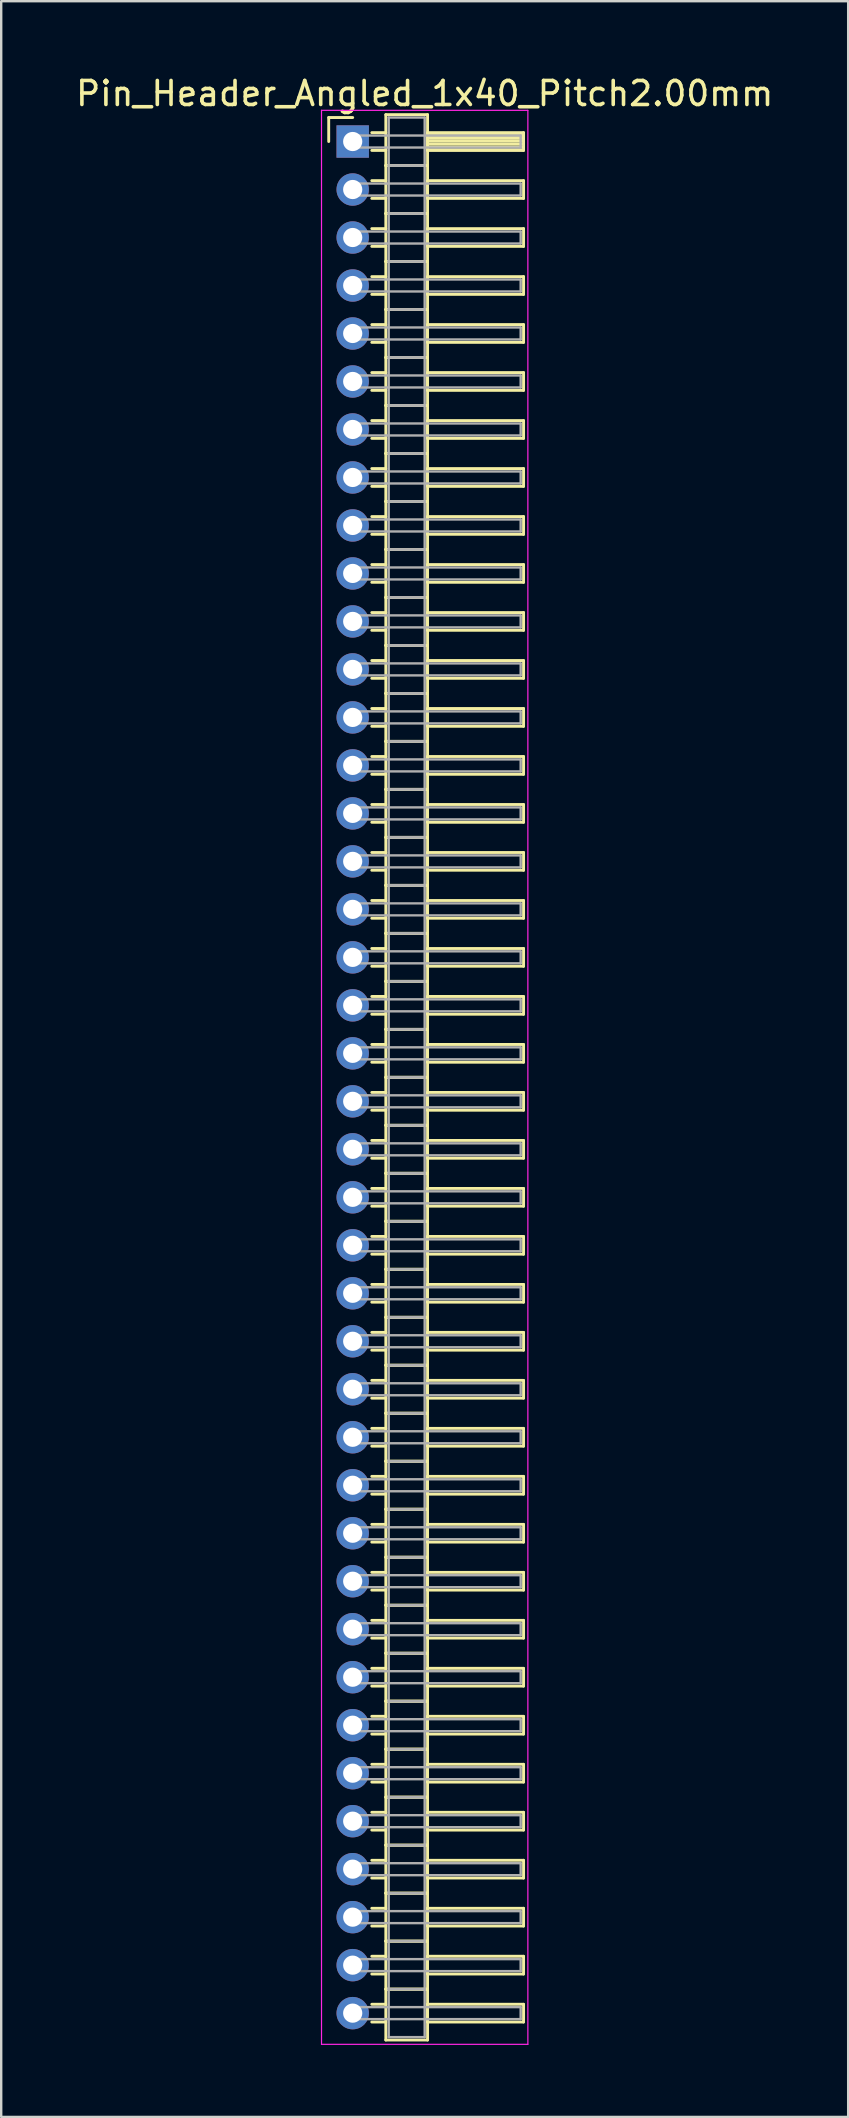
<source format=kicad_pcb>
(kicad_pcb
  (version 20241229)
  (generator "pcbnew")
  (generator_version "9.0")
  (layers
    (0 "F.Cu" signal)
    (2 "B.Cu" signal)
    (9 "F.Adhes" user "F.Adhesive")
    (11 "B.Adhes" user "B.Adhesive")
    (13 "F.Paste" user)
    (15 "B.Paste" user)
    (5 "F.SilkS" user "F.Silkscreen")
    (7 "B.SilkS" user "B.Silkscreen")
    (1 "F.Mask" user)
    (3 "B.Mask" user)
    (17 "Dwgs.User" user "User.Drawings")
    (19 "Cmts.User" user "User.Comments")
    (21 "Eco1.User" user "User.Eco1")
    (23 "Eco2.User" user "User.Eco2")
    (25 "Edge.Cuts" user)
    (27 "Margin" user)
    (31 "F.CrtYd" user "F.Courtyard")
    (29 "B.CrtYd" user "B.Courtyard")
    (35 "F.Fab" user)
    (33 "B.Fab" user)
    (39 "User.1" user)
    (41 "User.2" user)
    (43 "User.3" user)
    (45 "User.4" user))
  (footprint "Pin_Header_Angled_1x40_Pitch2.00mm"
    (layer "F.Cu")
    (at 11.649 2.848)
    (property "Reference" "Pin_Header_Angled_1x40_Pitch2.00mm" (at 3 -2 0) (layer "F.SilkS") (effects (font (size 1 1) (thickness 0.15))))
    (attr through_hole)
    (fp_line (start -1 -1) (end 0 -1) (stroke (width 0.12) (type solid)) (layer "F.SilkS"))
    (fp_line (start -1 0) (end -1 -1) (stroke (width 0.12) (type solid)) (layer "F.SilkS"))
    (fp_line (start 0.795 -0.37) (end 1.38 -0.37) (stroke (width 0.12) (type solid)) (layer "F.SilkS"))
    (fp_line (start 0.795 0.37) (end 1.38 0.37) (stroke (width 0.12) (type solid)) (layer "F.SilkS"))
    (fp_line (start 0.795 1.63) (end 1.38 1.63) (stroke (width 0.12) (type solid)) (layer "F.SilkS"))
    (fp_line (start 0.795 2.37) (end 1.38 2.37) (stroke (width 0.12) (type solid)) (layer "F.SilkS"))
    (fp_line (start 0.795 3.63) (end 1.38 3.63) (stroke (width 0.12) (type solid)) (layer "F.SilkS"))
    (fp_line (start 0.795 4.37) (end 1.38 4.37) (stroke (width 0.12) (type solid)) (layer "F.SilkS"))
    (fp_line (start 0.795 5.63) (end 1.38 5.63) (stroke (width 0.12) (type solid)) (layer "F.SilkS"))
    (fp_line (start 0.795 6.37) (end 1.38 6.37) (stroke (width 0.12) (type solid)) (layer "F.SilkS"))
    (fp_line (start 0.795 7.63) (end 1.38 7.63) (stroke (width 0.12) (type solid)) (layer "F.SilkS"))
    (fp_line (start 0.795 8.37) (end 1.38 8.37) (stroke (width 0.12) (type solid)) (layer "F.SilkS"))
    (fp_line (start 0.795 9.63) (end 1.38 9.63) (stroke (width 0.12) (type solid)) (layer "F.SilkS"))
    (fp_line (start 0.795 10.37) (end 1.38 10.37) (stroke (width 0.12) (type solid)) (layer "F.SilkS"))
    (fp_line (start 0.795 11.63) (end 1.38 11.63) (stroke (width 0.12) (type solid)) (layer "F.SilkS"))
    (fp_line (start 0.795 12.37) (end 1.38 12.37) (stroke (width 0.12) (type solid)) (layer "F.SilkS"))
    (fp_line (start 0.795 13.63) (end 1.38 13.63) (stroke (width 0.12) (type solid)) (layer "F.SilkS"))
    (fp_line (start 0.795 14.37) (end 1.38 14.37) (stroke (width 0.12) (type solid)) (layer "F.SilkS"))
    (fp_line (start 0.795 15.63) (end 1.38 15.63) (stroke (width 0.12) (type solid)) (layer "F.SilkS"))
    (fp_line (start 0.795 16.37) (end 1.38 16.37) (stroke (width 0.12) (type solid)) (layer "F.SilkS"))
    (fp_line (start 0.795 17.63) (end 1.38 17.63) (stroke (width 0.12) (type solid)) (layer "F.SilkS"))
    (fp_line (start 0.795 18.37) (end 1.38 18.37) (stroke (width 0.12) (type solid)) (layer "F.SilkS"))
    (fp_line (start 0.795 19.63) (end 1.38 19.63) (stroke (width 0.12) (type solid)) (layer "F.SilkS"))
    (fp_line (start 0.795 20.37) (end 1.38 20.37) (stroke (width 0.12) (type solid)) (layer "F.SilkS"))
    (fp_line (start 0.795 21.63) (end 1.38 21.63) (stroke (width 0.12) (type solid)) (layer "F.SilkS"))
    (fp_line (start 0.795 22.37) (end 1.38 22.37) (stroke (width 0.12) (type solid)) (layer "F.SilkS"))
    (fp_line (start 0.795 23.63) (end 1.38 23.63) (stroke (width 0.12) (type solid)) (layer "F.SilkS"))
    (fp_line (start 0.795 24.37) (end 1.38 24.37) (stroke (width 0.12) (type solid)) (layer "F.SilkS"))
    (fp_line (start 0.795 25.63) (end 1.38 25.63) (stroke (width 0.12) (type solid)) (layer "F.SilkS"))
    (fp_line (start 0.795 26.37) (end 1.38 26.37) (stroke (width 0.12) (type solid)) (layer "F.SilkS"))
    (fp_line (start 0.795 27.63) (end 1.38 27.63) (stroke (width 0.12) (type solid)) (layer "F.SilkS"))
    (fp_line (start 0.795 28.37) (end 1.38 28.37) (stroke (width 0.12) (type solid)) (layer "F.SilkS"))
    (fp_line (start 0.795 29.63) (end 1.38 29.63) (stroke (width 0.12) (type solid)) (layer "F.SilkS"))
    (fp_line (start 0.795 30.37) (end 1.38 30.37) (stroke (width 0.12) (type solid)) (layer "F.SilkS"))
    (fp_line (start 0.795 31.63) (end 1.38 31.63) (stroke (width 0.12) (type solid)) (layer "F.SilkS"))
    (fp_line (start 0.795 32.37) (end 1.38 32.37) (stroke (width 0.12) (type solid)) (layer "F.SilkS"))
    (fp_line (start 0.795 33.63) (end 1.38 33.63) (stroke (width 0.12) (type solid)) (layer "F.SilkS"))
    (fp_line (start 0.795 34.37) (end 1.38 34.37) (stroke (width 0.12) (type solid)) (layer "F.SilkS"))
    (fp_line (start 0.795 35.63) (end 1.38 35.63) (stroke (width 0.12) (type solid)) (layer "F.SilkS"))
    (fp_line (start 0.795 36.37) (end 1.38 36.37) (stroke (width 0.12) (type solid)) (layer "F.SilkS"))
    (fp_line (start 0.795 37.63) (end 1.38 37.63) (stroke (width 0.12) (type solid)) (layer "F.SilkS"))
    (fp_line (start 0.795 38.37) (end 1.38 38.37) (stroke (width 0.12) (type solid)) (layer "F.SilkS"))
    (fp_line (start 0.795 39.63) (end 1.38 39.63) (stroke (width 0.12) (type solid)) (layer "F.SilkS"))
    (fp_line (start 0.795 40.37) (end 1.38 40.37) (stroke (width 0.12) (type solid)) (layer "F.SilkS"))
    (fp_line (start 0.795 41.63) (end 1.38 41.63) (stroke (width 0.12) (type solid)) (layer "F.SilkS"))
    (fp_line (start 0.795 42.37) (end 1.38 42.37) (stroke (width 0.12) (type solid)) (layer "F.SilkS"))
    (fp_line (start 0.795 43.63) (end 1.38 43.63) (stroke (width 0.12) (type solid)) (layer "F.SilkS"))
    (fp_line (start 0.795 44.37) (end 1.38 44.37) (stroke (width 0.12) (type solid)) (layer "F.SilkS"))
    (fp_line (start 0.795 45.63) (end 1.38 45.63) (stroke (width 0.12) (type solid)) (layer "F.SilkS"))
    (fp_line (start 0.795 46.37) (end 1.38 46.37) (stroke (width 0.12) (type solid)) (layer "F.SilkS"))
    (fp_line (start 0.795 47.63) (end 1.38 47.63) (stroke (width 0.12) (type solid)) (layer "F.SilkS"))
    (fp_line (start 0.795 48.37) (end 1.38 48.37) (stroke (width 0.12) (type solid)) (layer "F.SilkS"))
    (fp_line (start 0.795 49.63) (end 1.38 49.63) (stroke (width 0.12) (type solid)) (layer "F.SilkS"))
    (fp_line (start 0.795 50.37) (end 1.38 50.37) (stroke (width 0.12) (type solid)) (layer "F.SilkS"))
    (fp_line (start 0.795 51.63) (end 1.38 51.63) (stroke (width 0.12) (type solid)) (layer "F.SilkS"))
    (fp_line (start 0.795 52.37) (end 1.38 52.37) (stroke (width 0.12) (type solid)) (layer "F.SilkS"))
    (fp_line (start 0.795 53.63) (end 1.38 53.63) (stroke (width 0.12) (type solid)) (layer "F.SilkS"))
    (fp_line (start 0.795 54.37) (end 1.38 54.37) (stroke (width 0.12) (type solid)) (layer "F.SilkS"))
    (fp_line (start 0.795 55.63) (end 1.38 55.63) (stroke (width 0.12) (type solid)) (layer "F.SilkS"))
    (fp_line (start 0.795 56.37) (end 1.38 56.37) (stroke (width 0.12) (type solid)) (layer "F.SilkS"))
    (fp_line (start 0.795 57.63) (end 1.38 57.63) (stroke (width 0.12) (type solid)) (layer "F.SilkS"))
    (fp_line (start 0.795 58.37) (end 1.38 58.37) (stroke (width 0.12) (type solid)) (layer "F.SilkS"))
    (fp_line (start 0.795 59.63) (end 1.38 59.63) (stroke (width 0.12) (type solid)) (layer "F.SilkS"))
    (fp_line (start 0.795 60.37) (end 1.38 60.37) (stroke (width 0.12) (type solid)) (layer "F.SilkS"))
    (fp_line (start 0.795 61.63) (end 1.38 61.63) (stroke (width 0.12) (type solid)) (layer "F.SilkS"))
    (fp_line (start 0.795 62.37) (end 1.38 62.37) (stroke (width 0.12) (type solid)) (layer "F.SilkS"))
    (fp_line (start 0.795 63.63) (end 1.38 63.63) (stroke (width 0.12) (type solid)) (layer "F.SilkS"))
    (fp_line (start 0.795 64.37) (end 1.38 64.37) (stroke (width 0.12) (type solid)) (layer "F.SilkS"))
    (fp_line (start 0.795 65.63) (end 1.38 65.63) (stroke (width 0.12) (type solid)) (layer "F.SilkS"))
    (fp_line (start 0.795 66.37) (end 1.38 66.37) (stroke (width 0.12) (type solid)) (layer "F.SilkS"))
    (fp_line (start 0.795 67.63) (end 1.38 67.63) (stroke (width 0.12) (type solid)) (layer "F.SilkS"))
    (fp_line (start 0.795 68.37) (end 1.38 68.37) (stroke (width 0.12) (type solid)) (layer "F.SilkS"))
    (fp_line (start 0.795 69.63) (end 1.38 69.63) (stroke (width 0.12) (type solid)) (layer "F.SilkS"))
    (fp_line (start 0.795 70.37) (end 1.38 70.37) (stroke (width 0.12) (type solid)) (layer "F.SilkS"))
    (fp_line (start 0.795 71.63) (end 1.38 71.63) (stroke (width 0.12) (type solid)) (layer "F.SilkS"))
    (fp_line (start 0.795 72.37) (end 1.38 72.37) (stroke (width 0.12) (type solid)) (layer "F.SilkS"))
    (fp_line (start 0.795 73.63) (end 1.38 73.63) (stroke (width 0.12) (type solid)) (layer "F.SilkS"))
    (fp_line (start 0.795 74.37) (end 1.38 74.37) (stroke (width 0.12) (type solid)) (layer "F.SilkS"))
    (fp_line (start 0.795 75.63) (end 1.38 75.63) (stroke (width 0.12) (type solid)) (layer "F.SilkS"))
    (fp_line (start 0.795 76.37) (end 1.38 76.37) (stroke (width 0.12) (type solid)) (layer "F.SilkS"))
    (fp_line (start 0.795 77.63) (end 1.38 77.63) (stroke (width 0.12) (type solid)) (layer "F.SilkS"))
    (fp_line (start 0.795 78.37) (end 1.38 78.37) (stroke (width 0.12) (type solid)) (layer "F.SilkS"))
    (fp_line (start 1.38 -1.12) (end 1.38 1) (stroke (width 0.12) (type solid)) (layer "F.SilkS"))
    (fp_line (start 1.38 1) (end 1.38 3) (stroke (width 0.12) (type solid)) (layer "F.SilkS"))
    (fp_line (start 1.38 1) (end 3.12 1) (stroke (width 0.12) (type solid)) (layer "F.SilkS"))
    (fp_line (start 1.38 3) (end 1.38 5) (stroke (width 0.12) (type solid)) (layer "F.SilkS"))
    (fp_line (start 1.38 3) (end 3.12 3) (stroke (width 0.12) (type solid)) (layer "F.SilkS"))
    (fp_line (start 1.38 5) (end 1.38 7) (stroke (width 0.12) (type solid)) (layer "F.SilkS"))
    (fp_line (start 1.38 5) (end 3.12 5) (stroke (width 0.12) (type solid)) (layer "F.SilkS"))
    (fp_line (start 1.38 7) (end 1.38 9) (stroke (width 0.12) (type solid)) (layer "F.SilkS"))
    (fp_line (start 1.38 7) (end 3.12 7) (stroke (width 0.12) (type solid)) (layer "F.SilkS"))
    (fp_line (start 1.38 9) (end 1.38 11) (stroke (width 0.12) (type solid)) (layer "F.SilkS"))
    (fp_line (start 1.38 9) (end 3.12 9) (stroke (width 0.12) (type solid)) (layer "F.SilkS"))
    (fp_line (start 1.38 11) (end 1.38 13) (stroke (width 0.12) (type solid)) (layer "F.SilkS"))
    (fp_line (start 1.38 11) (end 3.12 11) (stroke (width 0.12) (type solid)) (layer "F.SilkS"))
    (fp_line (start 1.38 13) (end 1.38 15) (stroke (width 0.12) (type solid)) (layer "F.SilkS"))
    (fp_line (start 1.38 13) (end 3.12 13) (stroke (width 0.12) (type solid)) (layer "F.SilkS"))
    (fp_line (start 1.38 15) (end 1.38 17) (stroke (width 0.12) (type solid)) (layer "F.SilkS"))
    (fp_line (start 1.38 15) (end 3.12 15) (stroke (width 0.12) (type solid)) (layer "F.SilkS"))
    (fp_line (start 1.38 17) (end 1.38 19) (stroke (width 0.12) (type solid)) (layer "F.SilkS"))
    (fp_line (start 1.38 17) (end 3.12 17) (stroke (width 0.12) (type solid)) (layer "F.SilkS"))
    (fp_line (start 1.38 19) (end 1.38 21) (stroke (width 0.12) (type solid)) (layer "F.SilkS"))
    (fp_line (start 1.38 19) (end 3.12 19) (stroke (width 0.12) (type solid)) (layer "F.SilkS"))
    (fp_line (start 1.38 21) (end 1.38 23) (stroke (width 0.12) (type solid)) (layer "F.SilkS"))
    (fp_line (start 1.38 21) (end 3.12 21) (stroke (width 0.12) (type solid)) (layer "F.SilkS"))
    (fp_line (start 1.38 23) (end 1.38 25) (stroke (width 0.12) (type solid)) (layer "F.SilkS"))
    (fp_line (start 1.38 23) (end 3.12 23) (stroke (width 0.12) (type solid)) (layer "F.SilkS"))
    (fp_line (start 1.38 25) (end 1.38 27) (stroke (width 0.12) (type solid)) (layer "F.SilkS"))
    (fp_line (start 1.38 25) (end 3.12 25) (stroke (width 0.12) (type solid)) (layer "F.SilkS"))
    (fp_line (start 1.38 27) (end 1.38 29) (stroke (width 0.12) (type solid)) (layer "F.SilkS"))
    (fp_line (start 1.38 27) (end 3.12 27) (stroke (width 0.12) (type solid)) (layer "F.SilkS"))
    (fp_line (start 1.38 29) (end 1.38 31) (stroke (width 0.12) (type solid)) (layer "F.SilkS"))
    (fp_line (start 1.38 29) (end 3.12 29) (stroke (width 0.12) (type solid)) (layer "F.SilkS"))
    (fp_line (start 1.38 31) (end 1.38 33) (stroke (width 0.12) (type solid)) (layer "F.SilkS"))
    (fp_line (start 1.38 31) (end 3.12 31) (stroke (width 0.12) (type solid)) (layer "F.SilkS"))
    (fp_line (start 1.38 33) (end 1.38 35) (stroke (width 0.12) (type solid)) (layer "F.SilkS"))
    (fp_line (start 1.38 33) (end 3.12 33) (stroke (width 0.12) (type solid)) (layer "F.SilkS"))
    (fp_line (start 1.38 35) (end 1.38 37) (stroke (width 0.12) (type solid)) (layer "F.SilkS"))
    (fp_line (start 1.38 35) (end 3.12 35) (stroke (width 0.12) (type solid)) (layer "F.SilkS"))
    (fp_line (start 1.38 37) (end 1.38 39) (stroke (width 0.12) (type solid)) (layer "F.SilkS"))
    (fp_line (start 1.38 37) (end 3.12 37) (stroke (width 0.12) (type solid)) (layer "F.SilkS"))
    (fp_line (start 1.38 39) (end 1.38 41) (stroke (width 0.12) (type solid)) (layer "F.SilkS"))
    (fp_line (start 1.38 39) (end 3.12 39) (stroke (width 0.12) (type solid)) (layer "F.SilkS"))
    (fp_line (start 1.38 41) (end 1.38 43) (stroke (width 0.12) (type solid)) (layer "F.SilkS"))
    (fp_line (start 1.38 41) (end 3.12 41) (stroke (width 0.12) (type solid)) (layer "F.SilkS"))
    (fp_line (start 1.38 43) (end 1.38 45) (stroke (width 0.12) (type solid)) (layer "F.SilkS"))
    (fp_line (start 1.38 43) (end 3.12 43) (stroke (width 0.12) (type solid)) (layer "F.SilkS"))
    (fp_line (start 1.38 45) (end 1.38 47) (stroke (width 0.12) (type solid)) (layer "F.SilkS"))
    (fp_line (start 1.38 45) (end 3.12 45) (stroke (width 0.12) (type solid)) (layer "F.SilkS"))
    (fp_line (start 1.38 47) (end 1.38 49) (stroke (width 0.12) (type solid)) (layer "F.SilkS"))
    (fp_line (start 1.38 47) (end 3.12 47) (stroke (width 0.12) (type solid)) (layer "F.SilkS"))
    (fp_line (start 1.38 49) (end 1.38 51) (stroke (width 0.12) (type solid)) (layer "F.SilkS"))
    (fp_line (start 1.38 49) (end 3.12 49) (stroke (width 0.12) (type solid)) (layer "F.SilkS"))
    (fp_line (start 1.38 51) (end 1.38 53) (stroke (width 0.12) (type solid)) (layer "F.SilkS"))
    (fp_line (start 1.38 51) (end 3.12 51) (stroke (width 0.12) (type solid)) (layer "F.SilkS"))
    (fp_line (start 1.38 53) (end 1.38 55) (stroke (width 0.12) (type solid)) (layer "F.SilkS"))
    (fp_line (start 1.38 53) (end 3.12 53) (stroke (width 0.12) (type solid)) (layer "F.SilkS"))
    (fp_line (start 1.38 55) (end 1.38 57) (stroke (width 0.12) (type solid)) (layer "F.SilkS"))
    (fp_line (start 1.38 55) (end 3.12 55) (stroke (width 0.12) (type solid)) (layer "F.SilkS"))
    (fp_line (start 1.38 57) (end 1.38 59) (stroke (width 0.12) (type solid)) (layer "F.SilkS"))
    (fp_line (start 1.38 57) (end 3.12 57) (stroke (width 0.12) (type solid)) (layer "F.SilkS"))
    (fp_line (start 1.38 59) (end 1.38 61) (stroke (width 0.12) (type solid)) (layer "F.SilkS"))
    (fp_line (start 1.38 59) (end 3.12 59) (stroke (width 0.12) (type solid)) (layer "F.SilkS"))
    (fp_line (start 1.38 61) (end 1.38 63) (stroke (width 0.12) (type solid)) (layer "F.SilkS"))
    (fp_line (start 1.38 61) (end 3.12 61) (stroke (width 0.12) (type solid)) (layer "F.SilkS"))
    (fp_line (start 1.38 63) (end 1.38 65) (stroke (width 0.12) (type solid)) (layer "F.SilkS"))
    (fp_line (start 1.38 63) (end 3.12 63) (stroke (width 0.12) (type solid)) (layer "F.SilkS"))
    (fp_line (start 1.38 65) (end 1.38 67) (stroke (width 0.12) (type solid)) (layer "F.SilkS"))
    (fp_line (start 1.38 65) (end 3.12 65) (stroke (width 0.12) (type solid)) (layer "F.SilkS"))
    (fp_line (start 1.38 67) (end 1.38 69) (stroke (width 0.12) (type solid)) (layer "F.SilkS"))
    (fp_line (start 1.38 67) (end 3.12 67) (stroke (width 0.12) (type solid)) (layer "F.SilkS"))
    (fp_line (start 1.38 69) (end 1.38 71) (stroke (width 0.12) (type solid)) (layer "F.SilkS"))
    (fp_line (start 1.38 69) (end 3.12 69) (stroke (width 0.12) (type solid)) (layer "F.SilkS"))
    (fp_line (start 1.38 71) (end 1.38 73) (stroke (width 0.12) (type solid)) (layer "F.SilkS"))
    (fp_line (start 1.38 71) (end 3.12 71) (stroke (width 0.12) (type solid)) (layer "F.SilkS"))
    (fp_line (start 1.38 73) (end 1.38 75) (stroke (width 0.12) (type solid)) (layer "F.SilkS"))
    (fp_line (start 1.38 73) (end 3.12 73) (stroke (width 0.12) (type solid)) (layer "F.SilkS"))
    (fp_line (start 1.38 75) (end 1.38 77) (stroke (width 0.12) (type solid)) (layer "F.SilkS"))
    (fp_line (start 1.38 75) (end 3.12 75) (stroke (width 0.12) (type solid)) (layer "F.SilkS"))
    (fp_line (start 1.38 77) (end 1.38 79.12) (stroke (width 0.12) (type solid)) (layer "F.SilkS"))
    (fp_line (start 1.38 77) (end 3.12 77) (stroke (width 0.12) (type solid)) (layer "F.SilkS"))
    (fp_line (start 1.38 79.12) (end 3.12 79.12) (stroke (width 0.12) (type solid)) (layer "F.SilkS"))
    (fp_line (start 3.12 -1.12) (end 1.38 -1.12) (stroke (width 0.12) (type solid)) (layer "F.SilkS"))
    (fp_line (start 3.12 -0.37) (end 3.12 0.37) (stroke (width 0.12) (type solid)) (layer "F.SilkS"))
    (fp_line (start 3.12 -0.25) (end 7.12 -0.25) (stroke (width 0.12) (type solid)) (layer "F.SilkS"))
    (fp_line (start 3.12 -0.13) (end 7.12 -0.13) (stroke (width 0.12) (type solid)) (layer "F.SilkS"))
    (fp_line (start 3.12 -0.01) (end 7.12 -0.01) (stroke (width 0.12) (type solid)) (layer "F.SilkS"))
    (fp_line (start 3.12 0.11) (end 7.12 0.11) (stroke (width 0.12) (type solid)) (layer "F.SilkS"))
    (fp_line (start 3.12 0.23) (end 7.12 0.23) (stroke (width 0.12) (type solid)) (layer "F.SilkS"))
    (fp_line (start 3.12 0.35) (end 7.12 0.35) (stroke (width 0.12) (type solid)) (layer "F.SilkS"))
    (fp_line (start 3.12 0.37) (end 7.12 0.37) (stroke (width 0.12) (type solid)) (layer "F.SilkS"))
    (fp_line (start 3.12 1) (end 1.38 1) (stroke (width 0.12) (type solid)) (layer "F.SilkS"))
    (fp_line (start 3.12 1) (end 3.12 -1.12) (stroke (width 0.12) (type solid)) (layer "F.SilkS"))
    (fp_line (start 3.12 1.63) (end 3.12 2.37) (stroke (width 0.12) (type solid)) (layer "F.SilkS"))
    (fp_line (start 3.12 2.37) (end 7.12 2.37) (stroke (width 0.12) (type solid)) (layer "F.SilkS"))
    (fp_line (start 3.12 3) (end 1.38 3) (stroke (width 0.12) (type solid)) (layer "F.SilkS"))
    (fp_line (start 3.12 3) (end 3.12 1) (stroke (width 0.12) (type solid)) (layer "F.SilkS"))
    (fp_line (start 3.12 3.63) (end 3.12 4.37) (stroke (width 0.12) (type solid)) (layer "F.SilkS"))
    (fp_line (start 3.12 4.37) (end 7.12 4.37) (stroke (width 0.12) (type solid)) (layer "F.SilkS"))
    (fp_line (start 3.12 5) (end 1.38 5) (stroke (width 0.12) (type solid)) (layer "F.SilkS"))
    (fp_line (start 3.12 5) (end 3.12 3) (stroke (width 0.12) (type solid)) (layer "F.SilkS"))
    (fp_line (start 3.12 5.63) (end 3.12 6.37) (stroke (width 0.12) (type solid)) (layer "F.SilkS"))
    (fp_line (start 3.12 6.37) (end 7.12 6.37) (stroke (width 0.12) (type solid)) (layer "F.SilkS"))
    (fp_line (start 3.12 7) (end 1.38 7) (stroke (width 0.12) (type solid)) (layer "F.SilkS"))
    (fp_line (start 3.12 7) (end 3.12 5) (stroke (width 0.12) (type solid)) (layer "F.SilkS"))
    (fp_line (start 3.12 7.63) (end 3.12 8.37) (stroke (width 0.12) (type solid)) (layer "F.SilkS"))
    (fp_line (start 3.12 8.37) (end 7.12 8.37) (stroke (width 0.12) (type solid)) (layer "F.SilkS"))
    (fp_line (start 3.12 9) (end 1.38 9) (stroke (width 0.12) (type solid)) (layer "F.SilkS"))
    (fp_line (start 3.12 9) (end 3.12 7) (stroke (width 0.12) (type solid)) (layer "F.SilkS"))
    (fp_line (start 3.12 9.63) (end 3.12 10.37) (stroke (width 0.12) (type solid)) (layer "F.SilkS"))
    (fp_line (start 3.12 10.37) (end 7.12 10.37) (stroke (width 0.12) (type solid)) (layer "F.SilkS"))
    (fp_line (start 3.12 11) (end 1.38 11) (stroke (width 0.12) (type solid)) (layer "F.SilkS"))
    (fp_line (start 3.12 11) (end 3.12 9) (stroke (width 0.12) (type solid)) (layer "F.SilkS"))
    (fp_line (start 3.12 11.63) (end 3.12 12.37) (stroke (width 0.12) (type solid)) (layer "F.SilkS"))
    (fp_line (start 3.12 12.37) (end 7.12 12.37) (stroke (width 0.12) (type solid)) (layer "F.SilkS"))
    (fp_line (start 3.12 13) (end 1.38 13) (stroke (width 0.12) (type solid)) (layer "F.SilkS"))
    (fp_line (start 3.12 13) (end 3.12 11) (stroke (width 0.12) (type solid)) (layer "F.SilkS"))
    (fp_line (start 3.12 13.63) (end 3.12 14.37) (stroke (width 0.12) (type solid)) (layer "F.SilkS"))
    (fp_line (start 3.12 14.37) (end 7.12 14.37) (stroke (width 0.12) (type solid)) (layer "F.SilkS"))
    (fp_line (start 3.12 15) (end 1.38 15) (stroke (width 0.12) (type solid)) (layer "F.SilkS"))
    (fp_line (start 3.12 15) (end 3.12 13) (stroke (width 0.12) (type solid)) (layer "F.SilkS"))
    (fp_line (start 3.12 15.63) (end 3.12 16.37) (stroke (width 0.12) (type solid)) (layer "F.SilkS"))
    (fp_line (start 3.12 16.37) (end 7.12 16.37) (stroke (width 0.12) (type solid)) (layer "F.SilkS"))
    (fp_line (start 3.12 17) (end 1.38 17) (stroke (width 0.12) (type solid)) (layer "F.SilkS"))
    (fp_line (start 3.12 17) (end 3.12 15) (stroke (width 0.12) (type solid)) (layer "F.SilkS"))
    (fp_line (start 3.12 17.63) (end 3.12 18.37) (stroke (width 0.12) (type solid)) (layer "F.SilkS"))
    (fp_line (start 3.12 18.37) (end 7.12 18.37) (stroke (width 0.12) (type solid)) (layer "F.SilkS"))
    (fp_line (start 3.12 19) (end 1.38 19) (stroke (width 0.12) (type solid)) (layer "F.SilkS"))
    (fp_line (start 3.12 19) (end 3.12 17) (stroke (width 0.12) (type solid)) (layer "F.SilkS"))
    (fp_line (start 3.12 19.63) (end 3.12 20.37) (stroke (width 0.12) (type solid)) (layer "F.SilkS"))
    (fp_line (start 3.12 20.37) (end 7.12 20.37) (stroke (width 0.12) (type solid)) (layer "F.SilkS"))
    (fp_line (start 3.12 21) (end 1.38 21) (stroke (width 0.12) (type solid)) (layer "F.SilkS"))
    (fp_line (start 3.12 21) (end 3.12 19) (stroke (width 0.12) (type solid)) (layer "F.SilkS"))
    (fp_line (start 3.12 21.63) (end 3.12 22.37) (stroke (width 0.12) (type solid)) (layer "F.SilkS"))
    (fp_line (start 3.12 22.37) (end 7.12 22.37) (stroke (width 0.12) (type solid)) (layer "F.SilkS"))
    (fp_line (start 3.12 23) (end 1.38 23) (stroke (width 0.12) (type solid)) (layer "F.SilkS"))
    (fp_line (start 3.12 23) (end 3.12 21) (stroke (width 0.12) (type solid)) (layer "F.SilkS"))
    (fp_line (start 3.12 23.63) (end 3.12 24.37) (stroke (width 0.12) (type solid)) (layer "F.SilkS"))
    (fp_line (start 3.12 24.37) (end 7.12 24.37) (stroke (width 0.12) (type solid)) (layer "F.SilkS"))
    (fp_line (start 3.12 25) (end 1.38 25) (stroke (width 0.12) (type solid)) (layer "F.SilkS"))
    (fp_line (start 3.12 25) (end 3.12 23) (stroke (width 0.12) (type solid)) (layer "F.SilkS"))
    (fp_line (start 3.12 25.63) (end 3.12 26.37) (stroke (width 0.12) (type solid)) (layer "F.SilkS"))
    (fp_line (start 3.12 26.37) (end 7.12 26.37) (stroke (width 0.12) (type solid)) (layer "F.SilkS"))
    (fp_line (start 3.12 27) (end 1.38 27) (stroke (width 0.12) (type solid)) (layer "F.SilkS"))
    (fp_line (start 3.12 27) (end 3.12 25) (stroke (width 0.12) (type solid)) (layer "F.SilkS"))
    (fp_line (start 3.12 27.63) (end 3.12 28.37) (stroke (width 0.12) (type solid)) (layer "F.SilkS"))
    (fp_line (start 3.12 28.37) (end 7.12 28.37) (stroke (width 0.12) (type solid)) (layer "F.SilkS"))
    (fp_line (start 3.12 29) (end 1.38 29) (stroke (width 0.12) (type solid)) (layer "F.SilkS"))
    (fp_line (start 3.12 29) (end 3.12 27) (stroke (width 0.12) (type solid)) (layer "F.SilkS"))
    (fp_line (start 3.12 29.63) (end 3.12 30.37) (stroke (width 0.12) (type solid)) (layer "F.SilkS"))
    (fp_line (start 3.12 30.37) (end 7.12 30.37) (stroke (width 0.12) (type solid)) (layer "F.SilkS"))
    (fp_line (start 3.12 31) (end 1.38 31) (stroke (width 0.12) (type solid)) (layer "F.SilkS"))
    (fp_line (start 3.12 31) (end 3.12 29) (stroke (width 0.12) (type solid)) (layer "F.SilkS"))
    (fp_line (start 3.12 31.63) (end 3.12 32.37) (stroke (width 0.12) (type solid)) (layer "F.SilkS"))
    (fp_line (start 3.12 32.37) (end 7.12 32.37) (stroke (width 0.12) (type solid)) (layer "F.SilkS"))
    (fp_line (start 3.12 33) (end 1.38 33) (stroke (width 0.12) (type solid)) (layer "F.SilkS"))
    (fp_line (start 3.12 33) (end 3.12 31) (stroke (width 0.12) (type solid)) (layer "F.SilkS"))
    (fp_line (start 3.12 33.63) (end 3.12 34.37) (stroke (width 0.12) (type solid)) (layer "F.SilkS"))
    (fp_line (start 3.12 34.37) (end 7.12 34.37) (stroke (width 0.12) (type solid)) (layer "F.SilkS"))
    (fp_line (start 3.12 35) (end 1.38 35) (stroke (width 0.12) (type solid)) (layer "F.SilkS"))
    (fp_line (start 3.12 35) (end 3.12 33) (stroke (width 0.12) (type solid)) (layer "F.SilkS"))
    (fp_line (start 3.12 35.63) (end 3.12 36.37) (stroke (width 0.12) (type solid)) (layer "F.SilkS"))
    (fp_line (start 3.12 36.37) (end 7.12 36.37) (stroke (width 0.12) (type solid)) (layer "F.SilkS"))
    (fp_line (start 3.12 37) (end 1.38 37) (stroke (width 0.12) (type solid)) (layer "F.SilkS"))
    (fp_line (start 3.12 37) (end 3.12 35) (stroke (width 0.12) (type solid)) (layer "F.SilkS"))
    (fp_line (start 3.12 37.63) (end 3.12 38.37) (stroke (width 0.12) (type solid)) (layer "F.SilkS"))
    (fp_line (start 3.12 38.37) (end 7.12 38.37) (stroke (width 0.12) (type solid)) (layer "F.SilkS"))
    (fp_line (start 3.12 39) (end 1.38 39) (stroke (width 0.12) (type solid)) (layer "F.SilkS"))
    (fp_line (start 3.12 39) (end 3.12 37) (stroke (width 0.12) (type solid)) (layer "F.SilkS"))
    (fp_line (start 3.12 39.63) (end 3.12 40.37) (stroke (width 0.12) (type solid)) (layer "F.SilkS"))
    (fp_line (start 3.12 40.37) (end 7.12 40.37) (stroke (width 0.12) (type solid)) (layer "F.SilkS"))
    (fp_line (start 3.12 41) (end 1.38 41) (stroke (width 0.12) (type solid)) (layer "F.SilkS"))
    (fp_line (start 3.12 41) (end 3.12 39) (stroke (width 0.12) (type solid)) (layer "F.SilkS"))
    (fp_line (start 3.12 41.63) (end 3.12 42.37) (stroke (width 0.12) (type solid)) (layer "F.SilkS"))
    (fp_line (start 3.12 42.37) (end 7.12 42.37) (stroke (width 0.12) (type solid)) (layer "F.SilkS"))
    (fp_line (start 3.12 43) (end 1.38 43) (stroke (width 0.12) (type solid)) (layer "F.SilkS"))
    (fp_line (start 3.12 43) (end 3.12 41) (stroke (width 0.12) (type solid)) (layer "F.SilkS"))
    (fp_line (start 3.12 43.63) (end 3.12 44.37) (stroke (width 0.12) (type solid)) (layer "F.SilkS"))
    (fp_line (start 3.12 44.37) (end 7.12 44.37) (stroke (width 0.12) (type solid)) (layer "F.SilkS"))
    (fp_line (start 3.12 45) (end 1.38 45) (stroke (width 0.12) (type solid)) (layer "F.SilkS"))
    (fp_line (start 3.12 45) (end 3.12 43) (stroke (width 0.12) (type solid)) (layer "F.SilkS"))
    (fp_line (start 3.12 45.63) (end 3.12 46.37) (stroke (width 0.12) (type solid)) (layer "F.SilkS"))
    (fp_line (start 3.12 46.37) (end 7.12 46.37) (stroke (width 0.12) (type solid)) (layer "F.SilkS"))
    (fp_line (start 3.12 47) (end 1.38 47) (stroke (width 0.12) (type solid)) (layer "F.SilkS"))
    (fp_line (start 3.12 47) (end 3.12 45) (stroke (width 0.12) (type solid)) (layer "F.SilkS"))
    (fp_line (start 3.12 47.63) (end 3.12 48.37) (stroke (width 0.12) (type solid)) (layer "F.SilkS"))
    (fp_line (start 3.12 48.37) (end 7.12 48.37) (stroke (width 0.12) (type solid)) (layer "F.SilkS"))
    (fp_line (start 3.12 49) (end 1.38 49) (stroke (width 0.12) (type solid)) (layer "F.SilkS"))
    (fp_line (start 3.12 49) (end 3.12 47) (stroke (width 0.12) (type solid)) (layer "F.SilkS"))
    (fp_line (start 3.12 49.63) (end 3.12 50.37) (stroke (width 0.12) (type solid)) (layer "F.SilkS"))
    (fp_line (start 3.12 50.37) (end 7.12 50.37) (stroke (width 0.12) (type solid)) (layer "F.SilkS"))
    (fp_line (start 3.12 51) (end 1.38 51) (stroke (width 0.12) (type solid)) (layer "F.SilkS"))
    (fp_line (start 3.12 51) (end 3.12 49) (stroke (width 0.12) (type solid)) (layer "F.SilkS"))
    (fp_line (start 3.12 51.63) (end 3.12 52.37) (stroke (width 0.12) (type solid)) (layer "F.SilkS"))
    (fp_line (start 3.12 52.37) (end 7.12 52.37) (stroke (width 0.12) (type solid)) (layer "F.SilkS"))
    (fp_line (start 3.12 53) (end 1.38 53) (stroke (width 0.12) (type solid)) (layer "F.SilkS"))
    (fp_line (start 3.12 53) (end 3.12 51) (stroke (width 0.12) (type solid)) (layer "F.SilkS"))
    (fp_line (start 3.12 53.63) (end 3.12 54.37) (stroke (width 0.12) (type solid)) (layer "F.SilkS"))
    (fp_line (start 3.12 54.37) (end 7.12 54.37) (stroke (width 0.12) (type solid)) (layer "F.SilkS"))
    (fp_line (start 3.12 55) (end 1.38 55) (stroke (width 0.12) (type solid)) (layer "F.SilkS"))
    (fp_line (start 3.12 55) (end 3.12 53) (stroke (width 0.12) (type solid)) (layer "F.SilkS"))
    (fp_line (start 3.12 55.63) (end 3.12 56.37) (stroke (width 0.12) (type solid)) (layer "F.SilkS"))
    (fp_line (start 3.12 56.37) (end 7.12 56.37) (stroke (width 0.12) (type solid)) (layer "F.SilkS"))
    (fp_line (start 3.12 57) (end 1.38 57) (stroke (width 0.12) (type solid)) (layer "F.SilkS"))
    (fp_line (start 3.12 57) (end 3.12 55) (stroke (width 0.12) (type solid)) (layer "F.SilkS"))
    (fp_line (start 3.12 57.63) (end 3.12 58.37) (stroke (width 0.12) (type solid)) (layer "F.SilkS"))
    (fp_line (start 3.12 58.37) (end 7.12 58.37) (stroke (width 0.12) (type solid)) (layer "F.SilkS"))
    (fp_line (start 3.12 59) (end 1.38 59) (stroke (width 0.12) (type solid)) (layer "F.SilkS"))
    (fp_line (start 3.12 59) (end 3.12 57) (stroke (width 0.12) (type solid)) (layer "F.SilkS"))
    (fp_line (start 3.12 59.63) (end 3.12 60.37) (stroke (width 0.12) (type solid)) (layer "F.SilkS"))
    (fp_line (start 3.12 60.37) (end 7.12 60.37) (stroke (width 0.12) (type solid)) (layer "F.SilkS"))
    (fp_line (start 3.12 61) (end 1.38 61) (stroke (width 0.12) (type solid)) (layer "F.SilkS"))
    (fp_line (start 3.12 61) (end 3.12 59) (stroke (width 0.12) (type solid)) (layer "F.SilkS"))
    (fp_line (start 3.12 61.63) (end 3.12 62.37) (stroke (width 0.12) (type solid)) (layer "F.SilkS"))
    (fp_line (start 3.12 62.37) (end 7.12 62.37) (stroke (width 0.12) (type solid)) (layer "F.SilkS"))
    (fp_line (start 3.12 63) (end 1.38 63) (stroke (width 0.12) (type solid)) (layer "F.SilkS"))
    (fp_line (start 3.12 63) (end 3.12 61) (stroke (width 0.12) (type solid)) (layer "F.SilkS"))
    (fp_line (start 3.12 63.63) (end 3.12 64.37) (stroke (width 0.12) (type solid)) (layer "F.SilkS"))
    (fp_line (start 3.12 64.37) (end 7.12 64.37) (stroke (width 0.12) (type solid)) (layer "F.SilkS"))
    (fp_line (start 3.12 65) (end 1.38 65) (stroke (width 0.12) (type solid)) (layer "F.SilkS"))
    (fp_line (start 3.12 65) (end 3.12 63) (stroke (width 0.12) (type solid)) (layer "F.SilkS"))
    (fp_line (start 3.12 65.63) (end 3.12 66.37) (stroke (width 0.12) (type solid)) (layer "F.SilkS"))
    (fp_line (start 3.12 66.37) (end 7.12 66.37) (stroke (width 0.12) (type solid)) (layer "F.SilkS"))
    (fp_line (start 3.12 67) (end 1.38 67) (stroke (width 0.12) (type solid)) (layer "F.SilkS"))
    (fp_line (start 3.12 67) (end 3.12 65) (stroke (width 0.12) (type solid)) (layer "F.SilkS"))
    (fp_line (start 3.12 67.63) (end 3.12 68.37) (stroke (width 0.12) (type solid)) (layer "F.SilkS"))
    (fp_line (start 3.12 68.37) (end 7.12 68.37) (stroke (width 0.12) (type solid)) (layer "F.SilkS"))
    (fp_line (start 3.12 69) (end 1.38 69) (stroke (width 0.12) (type solid)) (layer "F.SilkS"))
    (fp_line (start 3.12 69) (end 3.12 67) (stroke (width 0.12) (type solid)) (layer "F.SilkS"))
    (fp_line (start 3.12 69.63) (end 3.12 70.37) (stroke (width 0.12) (type solid)) (layer "F.SilkS"))
    (fp_line (start 3.12 70.37) (end 7.12 70.37) (stroke (width 0.12) (type solid)) (layer "F.SilkS"))
    (fp_line (start 3.12 71) (end 1.38 71) (stroke (width 0.12) (type solid)) (layer "F.SilkS"))
    (fp_line (start 3.12 71) (end 3.12 69) (stroke (width 0.12) (type solid)) (layer "F.SilkS"))
    (fp_line (start 3.12 71.63) (end 3.12 72.37) (stroke (width 0.12) (type solid)) (layer "F.SilkS"))
    (fp_line (start 3.12 72.37) (end 7.12 72.37) (stroke (width 0.12) (type solid)) (layer "F.SilkS"))
    (fp_line (start 3.12 73) (end 1.38 73) (stroke (width 0.12) (type solid)) (layer "F.SilkS"))
    (fp_line (start 3.12 73) (end 3.12 71) (stroke (width 0.12) (type solid)) (layer "F.SilkS"))
    (fp_line (start 3.12 73.63) (end 3.12 74.37) (stroke (width 0.12) (type solid)) (layer "F.SilkS"))
    (fp_line (start 3.12 74.37) (end 7.12 74.37) (stroke (width 0.12) (type solid)) (layer "F.SilkS"))
    (fp_line (start 3.12 75) (end 1.38 75) (stroke (width 0.12) (type solid)) (layer "F.SilkS"))
    (fp_line (start 3.12 75) (end 3.12 73) (stroke (width 0.12) (type solid)) (layer "F.SilkS"))
    (fp_line (start 3.12 75.63) (end 3.12 76.37) (stroke (width 0.12) (type solid)) (layer "F.SilkS"))
    (fp_line (start 3.12 76.37) (end 7.12 76.37) (stroke (width 0.12) (type solid)) (layer "F.SilkS"))
    (fp_line (start 3.12 77) (end 1.38 77) (stroke (width 0.12) (type solid)) (layer "F.SilkS"))
    (fp_line (start 3.12 77) (end 3.12 75) (stroke (width 0.12) (type solid)) (layer "F.SilkS"))
    (fp_line (start 3.12 77.63) (end 3.12 78.37) (stroke (width 0.12) (type solid)) (layer "F.SilkS"))
    (fp_line (start 3.12 78.37) (end 7.12 78.37) (stroke (width 0.12) (type solid)) (layer "F.SilkS"))
    (fp_line (start 3.12 79.12) (end 3.12 77) (stroke (width 0.12) (type solid)) (layer "F.SilkS"))
    (fp_line (start 7.12 -0.37) (end 3.12 -0.37) (stroke (width 0.12) (type solid)) (layer "F.SilkS"))
    (fp_line (start 7.12 0.37) (end 7.12 -0.37) (stroke (width 0.12) (type solid)) (layer "F.SilkS"))
    (fp_line (start 7.12 1.63) (end 3.12 1.63) (stroke (width 0.12) (type solid)) (layer "F.SilkS"))
    (fp_line (start 7.12 2.37) (end 7.12 1.63) (stroke (width 0.12) (type solid)) (layer "F.SilkS"))
    (fp_line (start 7.12 3.63) (end 3.12 3.63) (stroke (width 0.12) (type solid)) (layer "F.SilkS"))
    (fp_line (start 7.12 4.37) (end 7.12 3.63) (stroke (width 0.12) (type solid)) (layer "F.SilkS"))
    (fp_line (start 7.12 5.63) (end 3.12 5.63) (stroke (width 0.12) (type solid)) (layer "F.SilkS"))
    (fp_line (start 7.12 6.37) (end 7.12 5.63) (stroke (width 0.12) (type solid)) (layer "F.SilkS"))
    (fp_line (start 7.12 7.63) (end 3.12 7.63) (stroke (width 0.12) (type solid)) (layer "F.SilkS"))
    (fp_line (start 7.12 8.37) (end 7.12 7.63) (stroke (width 0.12) (type solid)) (layer "F.SilkS"))
    (fp_line (start 7.12 9.63) (end 3.12 9.63) (stroke (width 0.12) (type solid)) (layer "F.SilkS"))
    (fp_line (start 7.12 10.37) (end 7.12 9.63) (stroke (width 0.12) (type solid)) (layer "F.SilkS"))
    (fp_line (start 7.12 11.63) (end 3.12 11.63) (stroke (width 0.12) (type solid)) (layer "F.SilkS"))
    (fp_line (start 7.12 12.37) (end 7.12 11.63) (stroke (width 0.12) (type solid)) (layer "F.SilkS"))
    (fp_line (start 7.12 13.63) (end 3.12 13.63) (stroke (width 0.12) (type solid)) (layer "F.SilkS"))
    (fp_line (start 7.12 14.37) (end 7.12 13.63) (stroke (width 0.12) (type solid)) (layer "F.SilkS"))
    (fp_line (start 7.12 15.63) (end 3.12 15.63) (stroke (width 0.12) (type solid)) (layer "F.SilkS"))
    (fp_line (start 7.12 16.37) (end 7.12 15.63) (stroke (width 0.12) (type solid)) (layer "F.SilkS"))
    (fp_line (start 7.12 17.63) (end 3.12 17.63) (stroke (width 0.12) (type solid)) (layer "F.SilkS"))
    (fp_line (start 7.12 18.37) (end 7.12 17.63) (stroke (width 0.12) (type solid)) (layer "F.SilkS"))
    (fp_line (start 7.12 19.63) (end 3.12 19.63) (stroke (width 0.12) (type solid)) (layer "F.SilkS"))
    (fp_line (start 7.12 20.37) (end 7.12 19.63) (stroke (width 0.12) (type solid)) (layer "F.SilkS"))
    (fp_line (start 7.12 21.63) (end 3.12 21.63) (stroke (width 0.12) (type solid)) (layer "F.SilkS"))
    (fp_line (start 7.12 22.37) (end 7.12 21.63) (stroke (width 0.12) (type solid)) (layer "F.SilkS"))
    (fp_line (start 7.12 23.63) (end 3.12 23.63) (stroke (width 0.12) (type solid)) (layer "F.SilkS"))
    (fp_line (start 7.12 24.37) (end 7.12 23.63) (stroke (width 0.12) (type solid)) (layer "F.SilkS"))
    (fp_line (start 7.12 25.63) (end 3.12 25.63) (stroke (width 0.12) (type solid)) (layer "F.SilkS"))
    (fp_line (start 7.12 26.37) (end 7.12 25.63) (stroke (width 0.12) (type solid)) (layer "F.SilkS"))
    (fp_line (start 7.12 27.63) (end 3.12 27.63) (stroke (width 0.12) (type solid)) (layer "F.SilkS"))
    (fp_line (start 7.12 28.37) (end 7.12 27.63) (stroke (width 0.12) (type solid)) (layer "F.SilkS"))
    (fp_line (start 7.12 29.63) (end 3.12 29.63) (stroke (width 0.12) (type solid)) (layer "F.SilkS"))
    (fp_line (start 7.12 30.37) (end 7.12 29.63) (stroke (width 0.12) (type solid)) (layer "F.SilkS"))
    (fp_line (start 7.12 31.63) (end 3.12 31.63) (stroke (width 0.12) (type solid)) (layer "F.SilkS"))
    (fp_line (start 7.12 32.37) (end 7.12 31.63) (stroke (width 0.12) (type solid)) (layer "F.SilkS"))
    (fp_line (start 7.12 33.63) (end 3.12 33.63) (stroke (width 0.12) (type solid)) (layer "F.SilkS"))
    (fp_line (start 7.12 34.37) (end 7.12 33.63) (stroke (width 0.12) (type solid)) (layer "F.SilkS"))
    (fp_line (start 7.12 35.63) (end 3.12 35.63) (stroke (width 0.12) (type solid)) (layer "F.SilkS"))
    (fp_line (start 7.12 36.37) (end 7.12 35.63) (stroke (width 0.12) (type solid)) (layer "F.SilkS"))
    (fp_line (start 7.12 37.63) (end 3.12 37.63) (stroke (width 0.12) (type solid)) (layer "F.SilkS"))
    (fp_line (start 7.12 38.37) (end 7.12 37.63) (stroke (width 0.12) (type solid)) (layer "F.SilkS"))
    (fp_line (start 7.12 39.63) (end 3.12 39.63) (stroke (width 0.12) (type solid)) (layer "F.SilkS"))
    (fp_line (start 7.12 40.37) (end 7.12 39.63) (stroke (width 0.12) (type solid)) (layer "F.SilkS"))
    (fp_line (start 7.12 41.63) (end 3.12 41.63) (stroke (width 0.12) (type solid)) (layer "F.SilkS"))
    (fp_line (start 7.12 42.37) (end 7.12 41.63) (stroke (width 0.12) (type solid)) (layer "F.SilkS"))
    (fp_line (start 7.12 43.63) (end 3.12 43.63) (stroke (width 0.12) (type solid)) (layer "F.SilkS"))
    (fp_line (start 7.12 44.37) (end 7.12 43.63) (stroke (width 0.12) (type solid)) (layer "F.SilkS"))
    (fp_line (start 7.12 45.63) (end 3.12 45.63) (stroke (width 0.12) (type solid)) (layer "F.SilkS"))
    (fp_line (start 7.12 46.37) (end 7.12 45.63) (stroke (width 0.12) (type solid)) (layer "F.SilkS"))
    (fp_line (start 7.12 47.63) (end 3.12 47.63) (stroke (width 0.12) (type solid)) (layer "F.SilkS"))
    (fp_line (start 7.12 48.37) (end 7.12 47.63) (stroke (width 0.12) (type solid)) (layer "F.SilkS"))
    (fp_line (start 7.12 49.63) (end 3.12 49.63) (stroke (width 0.12) (type solid)) (layer "F.SilkS"))
    (fp_line (start 7.12 50.37) (end 7.12 49.63) (stroke (width 0.12) (type solid)) (layer "F.SilkS"))
    (fp_line (start 7.12 51.63) (end 3.12 51.63) (stroke (width 0.12) (type solid)) (layer "F.SilkS"))
    (fp_line (start 7.12 52.37) (end 7.12 51.63) (stroke (width 0.12) (type solid)) (layer "F.SilkS"))
    (fp_line (start 7.12 53.63) (end 3.12 53.63) (stroke (width 0.12) (type solid)) (layer "F.SilkS"))
    (fp_line (start 7.12 54.37) (end 7.12 53.63) (stroke (width 0.12) (type solid)) (layer "F.SilkS"))
    (fp_line (start 7.12 55.63) (end 3.12 55.63) (stroke (width 0.12) (type solid)) (layer "F.SilkS"))
    (fp_line (start 7.12 56.37) (end 7.12 55.63) (stroke (width 0.12) (type solid)) (layer "F.SilkS"))
    (fp_line (start 7.12 57.63) (end 3.12 57.63) (stroke (width 0.12) (type solid)) (layer "F.SilkS"))
    (fp_line (start 7.12 58.37) (end 7.12 57.63) (stroke (width 0.12) (type solid)) (layer "F.SilkS"))
    (fp_line (start 7.12 59.63) (end 3.12 59.63) (stroke (width 0.12) (type solid)) (layer "F.SilkS"))
    (fp_line (start 7.12 60.37) (end 7.12 59.63) (stroke (width 0.12) (type solid)) (layer "F.SilkS"))
    (fp_line (start 7.12 61.63) (end 3.12 61.63) (stroke (width 0.12) (type solid)) (layer "F.SilkS"))
    (fp_line (start 7.12 62.37) (end 7.12 61.63) (stroke (width 0.12) (type solid)) (layer "F.SilkS"))
    (fp_line (start 7.12 63.63) (end 3.12 63.63) (stroke (width 0.12) (type solid)) (layer "F.SilkS"))
    (fp_line (start 7.12 64.37) (end 7.12 63.63) (stroke (width 0.12) (type solid)) (layer "F.SilkS"))
    (fp_line (start 7.12 65.63) (end 3.12 65.63) (stroke (width 0.12) (type solid)) (layer "F.SilkS"))
    (fp_line (start 7.12 66.37) (end 7.12 65.63) (stroke (width 0.12) (type solid)) (layer "F.SilkS"))
    (fp_line (start 7.12 67.63) (end 3.12 67.63) (stroke (width 0.12) (type solid)) (layer "F.SilkS"))
    (fp_line (start 7.12 68.37) (end 7.12 67.63) (stroke (width 0.12) (type solid)) (layer "F.SilkS"))
    (fp_line (start 7.12 69.63) (end 3.12 69.63) (stroke (width 0.12) (type solid)) (layer "F.SilkS"))
    (fp_line (start 7.12 70.37) (end 7.12 69.63) (stroke (width 0.12) (type solid)) (layer "F.SilkS"))
    (fp_line (start 7.12 71.63) (end 3.12 71.63) (stroke (width 0.12) (type solid)) (layer "F.SilkS"))
    (fp_line (start 7.12 72.37) (end 7.12 71.63) (stroke (width 0.12) (type solid)) (layer "F.SilkS"))
    (fp_line (start 7.12 73.63) (end 3.12 73.63) (stroke (width 0.12) (type solid)) (layer "F.SilkS"))
    (fp_line (start 7.12 74.37) (end 7.12 73.63) (stroke (width 0.12) (type solid)) (layer "F.SilkS"))
    (fp_line (start 7.12 75.63) (end 3.12 75.63) (stroke (width 0.12) (type solid)) (layer "F.SilkS"))
    (fp_line (start 7.12 76.37) (end 7.12 75.63) (stroke (width 0.12) (type solid)) (layer "F.SilkS"))
    (fp_line (start 7.12 77.63) (end 3.12 77.63) (stroke (width 0.12) (type solid)) (layer "F.SilkS"))
    (fp_line (start 7.12 78.37) (end 7.12 77.63) (stroke (width 0.12) (type solid)) (layer "F.SilkS"))
    (fp_line (start -1.3 -1.3) (end -1.3 79.3) (stroke (width 0.05) (type solid)) (layer "F.CrtYd"))
    (fp_line (start -1.3 79.3) (end 7.3 79.3) (stroke (width 0.05) (type solid)) (layer "F.CrtYd"))
    (fp_line (start 7.3 -1.3) (end -1.3 -1.3) (stroke (width 0.05) (type solid)) (layer "F.CrtYd"))
    (fp_line (start 7.3 79.3) (end 7.3 -1.3) (stroke (width 0.05) (type solid)) (layer "F.CrtYd"))
    (fp_line (start 0 -0.25) (end 0 0.25) (stroke (width 0.1) (type solid)) (layer "F.Fab"))
    (fp_line (start 0 0.25) (end 7 0.25) (stroke (width 0.1) (type solid)) (layer "F.Fab"))
    (fp_line (start 0 1.75) (end 0 2.25) (stroke (width 0.1) (type solid)) (layer "F.Fab"))
    (fp_line (start 0 2.25) (end 7 2.25) (stroke (width 0.1) (type solid)) (layer "F.Fab"))
    (fp_line (start 0 3.75) (end 0 4.25) (stroke (width 0.1) (type solid)) (layer "F.Fab"))
    (fp_line (start 0 4.25) (end 7 4.25) (stroke (width 0.1) (type solid)) (layer "F.Fab"))
    (fp_line (start 0 5.75) (end 0 6.25) (stroke (width 0.1) (type solid)) (layer "F.Fab"))
    (fp_line (start 0 6.25) (end 7 6.25) (stroke (width 0.1) (type solid)) (layer "F.Fab"))
    (fp_line (start 0 7.75) (end 0 8.25) (stroke (width 0.1) (type solid)) (layer "F.Fab"))
    (fp_line (start 0 8.25) (end 7 8.25) (stroke (width 0.1) (type solid)) (layer "F.Fab"))
    (fp_line (start 0 9.75) (end 0 10.25) (stroke (width 0.1) (type solid)) (layer "F.Fab"))
    (fp_line (start 0 10.25) (end 7 10.25) (stroke (width 0.1) (type solid)) (layer "F.Fab"))
    (fp_line (start 0 11.75) (end 0 12.25) (stroke (width 0.1) (type solid)) (layer "F.Fab"))
    (fp_line (start 0 12.25) (end 7 12.25) (stroke (width 0.1) (type solid)) (layer "F.Fab"))
    (fp_line (start 0 13.75) (end 0 14.25) (stroke (width 0.1) (type solid)) (layer "F.Fab"))
    (fp_line (start 0 14.25) (end 7 14.25) (stroke (width 0.1) (type solid)) (layer "F.Fab"))
    (fp_line (start 0 15.75) (end 0 16.25) (stroke (width 0.1) (type solid)) (layer "F.Fab"))
    (fp_line (start 0 16.25) (end 7 16.25) (stroke (width 0.1) (type solid)) (layer "F.Fab"))
    (fp_line (start 0 17.75) (end 0 18.25) (stroke (width 0.1) (type solid)) (layer "F.Fab"))
    (fp_line (start 0 18.25) (end 7 18.25) (stroke (width 0.1) (type solid)) (layer "F.Fab"))
    (fp_line (start 0 19.75) (end 0 20.25) (stroke (width 0.1) (type solid)) (layer "F.Fab"))
    (fp_line (start 0 20.25) (end 7 20.25) (stroke (width 0.1) (type solid)) (layer "F.Fab"))
    (fp_line (start 0 21.75) (end 0 22.25) (stroke (width 0.1) (type solid)) (layer "F.Fab"))
    (fp_line (start 0 22.25) (end 7 22.25) (stroke (width 0.1) (type solid)) (layer "F.Fab"))
    (fp_line (start 0 23.75) (end 0 24.25) (stroke (width 0.1) (type solid)) (layer "F.Fab"))
    (fp_line (start 0 24.25) (end 7 24.25) (stroke (width 0.1) (type solid)) (layer "F.Fab"))
    (fp_line (start 0 25.75) (end 0 26.25) (stroke (width 0.1) (type solid)) (layer "F.Fab"))
    (fp_line (start 0 26.25) (end 7 26.25) (stroke (width 0.1) (type solid)) (layer "F.Fab"))
    (fp_line (start 0 27.75) (end 0 28.25) (stroke (width 0.1) (type solid)) (layer "F.Fab"))
    (fp_line (start 0 28.25) (end 7 28.25) (stroke (width 0.1) (type solid)) (layer "F.Fab"))
    (fp_line (start 0 29.75) (end 0 30.25) (stroke (width 0.1) (type solid)) (layer "F.Fab"))
    (fp_line (start 0 30.25) (end 7 30.25) (stroke (width 0.1) (type solid)) (layer "F.Fab"))
    (fp_line (start 0 31.75) (end 0 32.25) (stroke (width 0.1) (type solid)) (layer "F.Fab"))
    (fp_line (start 0 32.25) (end 7 32.25) (stroke (width 0.1) (type solid)) (layer "F.Fab"))
    (fp_line (start 0 33.75) (end 0 34.25) (stroke (width 0.1) (type solid)) (layer "F.Fab"))
    (fp_line (start 0 34.25) (end 7 34.25) (stroke (width 0.1) (type solid)) (layer "F.Fab"))
    (fp_line (start 0 35.75) (end 0 36.25) (stroke (width 0.1) (type solid)) (layer "F.Fab"))
    (fp_line (start 0 36.25) (end 7 36.25) (stroke (width 0.1) (type solid)) (layer "F.Fab"))
    (fp_line (start 0 37.75) (end 0 38.25) (stroke (width 0.1) (type solid)) (layer "F.Fab"))
    (fp_line (start 0 38.25) (end 7 38.25) (stroke (width 0.1) (type solid)) (layer "F.Fab"))
    (fp_line (start 0 39.75) (end 0 40.25) (stroke (width 0.1) (type solid)) (layer "F.Fab"))
    (fp_line (start 0 40.25) (end 7 40.25) (stroke (width 0.1) (type solid)) (layer "F.Fab"))
    (fp_line (start 0 41.75) (end 0 42.25) (stroke (width 0.1) (type solid)) (layer "F.Fab"))
    (fp_line (start 0 42.25) (end 7 42.25) (stroke (width 0.1) (type solid)) (layer "F.Fab"))
    (fp_line (start 0 43.75) (end 0 44.25) (stroke (width 0.1) (type solid)) (layer "F.Fab"))
    (fp_line (start 0 44.25) (end 7 44.25) (stroke (width 0.1) (type solid)) (layer "F.Fab"))
    (fp_line (start 0 45.75) (end 0 46.25) (stroke (width 0.1) (type solid)) (layer "F.Fab"))
    (fp_line (start 0 46.25) (end 7 46.25) (stroke (width 0.1) (type solid)) (layer "F.Fab"))
    (fp_line (start 0 47.75) (end 0 48.25) (stroke (width 0.1) (type solid)) (layer "F.Fab"))
    (fp_line (start 0 48.25) (end 7 48.25) (stroke (width 0.1) (type solid)) (layer "F.Fab"))
    (fp_line (start 0 49.75) (end 0 50.25) (stroke (width 0.1) (type solid)) (layer "F.Fab"))
    (fp_line (start 0 50.25) (end 7 50.25) (stroke (width 0.1) (type solid)) (layer "F.Fab"))
    (fp_line (start 0 51.75) (end 0 52.25) (stroke (width 0.1) (type solid)) (layer "F.Fab"))
    (fp_line (start 0 52.25) (end 7 52.25) (stroke (width 0.1) (type solid)) (layer "F.Fab"))
    (fp_line (start 0 53.75) (end 0 54.25) (stroke (width 0.1) (type solid)) (layer "F.Fab"))
    (fp_line (start 0 54.25) (end 7 54.25) (stroke (width 0.1) (type solid)) (layer "F.Fab"))
    (fp_line (start 0 55.75) (end 0 56.25) (stroke (width 0.1) (type solid)) (layer "F.Fab"))
    (fp_line (start 0 56.25) (end 7 56.25) (stroke (width 0.1) (type solid)) (layer "F.Fab"))
    (fp_line (start 0 57.75) (end 0 58.25) (stroke (width 0.1) (type solid)) (layer "F.Fab"))
    (fp_line (start 0 58.25) (end 7 58.25) (stroke (width 0.1) (type solid)) (layer "F.Fab"))
    (fp_line (start 0 59.75) (end 0 60.25) (stroke (width 0.1) (type solid)) (layer "F.Fab"))
    (fp_line (start 0 60.25) (end 7 60.25) (stroke (width 0.1) (type solid)) (layer "F.Fab"))
    (fp_line (start 0 61.75) (end 0 62.25) (stroke (width 0.1) (type solid)) (layer "F.Fab"))
    (fp_line (start 0 62.25) (end 7 62.25) (stroke (width 0.1) (type solid)) (layer "F.Fab"))
    (fp_line (start 0 63.75) (end 0 64.25) (stroke (width 0.1) (type solid)) (layer "F.Fab"))
    (fp_line (start 0 64.25) (end 7 64.25) (stroke (width 0.1) (type solid)) (layer "F.Fab"))
    (fp_line (start 0 65.75) (end 0 66.25) (stroke (width 0.1) (type solid)) (layer "F.Fab"))
    (fp_line (start 0 66.25) (end 7 66.25) (stroke (width 0.1) (type solid)) (layer "F.Fab"))
    (fp_line (start 0 67.75) (end 0 68.25) (stroke (width 0.1) (type solid)) (layer "F.Fab"))
    (fp_line (start 0 68.25) (end 7 68.25) (stroke (width 0.1) (type solid)) (layer "F.Fab"))
    (fp_line (start 0 69.75) (end 0 70.25) (stroke (width 0.1) (type solid)) (layer "F.Fab"))
    (fp_line (start 0 70.25) (end 7 70.25) (stroke (width 0.1) (type solid)) (layer "F.Fab"))
    (fp_line (start 0 71.75) (end 0 72.25) (stroke (width 0.1) (type solid)) (layer "F.Fab"))
    (fp_line (start 0 72.25) (end 7 72.25) (stroke (width 0.1) (type solid)) (layer "F.Fab"))
    (fp_line (start 0 73.75) (end 0 74.25) (stroke (width 0.1) (type solid)) (layer "F.Fab"))
    (fp_line (start 0 74.25) (end 7 74.25) (stroke (width 0.1) (type solid)) (layer "F.Fab"))
    (fp_line (start 0 75.75) (end 0 76.25) (stroke (width 0.1) (type solid)) (layer "F.Fab"))
    (fp_line (start 0 76.25) (end 7 76.25) (stroke (width 0.1) (type solid)) (layer "F.Fab"))
    (fp_line (start 0 77.75) (end 0 78.25) (stroke (width 0.1) (type solid)) (layer "F.Fab"))
    (fp_line (start 0 78.25) (end 7 78.25) (stroke (width 0.1) (type solid)) (layer "F.Fab"))
    (fp_line (start 1.5 -1) (end 1.5 1) (stroke (width 0.1) (type solid)) (layer "F.Fab"))
    (fp_line (start 1.5 1) (end 1.5 3) (stroke (width 0.1) (type solid)) (layer "F.Fab"))
    (fp_line (start 1.5 1) (end 3 1) (stroke (width 0.1) (type solid)) (layer "F.Fab"))
    (fp_line (start 1.5 3) (end 1.5 5) (stroke (width 0.1) (type solid)) (layer "F.Fab"))
    (fp_line (start 1.5 3) (end 3 3) (stroke (width 0.1) (type solid)) (layer "F.Fab"))
    (fp_line (start 1.5 5) (end 1.5 7) (stroke (width 0.1) (type solid)) (layer "F.Fab"))
    (fp_line (start 1.5 5) (end 3 5) (stroke (width 0.1) (type solid)) (layer "F.Fab"))
    (fp_line (start 1.5 7) (end 1.5 9) (stroke (width 0.1) (type solid)) (layer "F.Fab"))
    (fp_line (start 1.5 7) (end 3 7) (stroke (width 0.1) (type solid)) (layer "F.Fab"))
    (fp_line (start 1.5 9) (end 1.5 11) (stroke (width 0.1) (type solid)) (layer "F.Fab"))
    (fp_line (start 1.5 9) (end 3 9) (stroke (width 0.1) (type solid)) (layer "F.Fab"))
    (fp_line (start 1.5 11) (end 1.5 13) (stroke (width 0.1) (type solid)) (layer "F.Fab"))
    (fp_line (start 1.5 11) (end 3 11) (stroke (width 0.1) (type solid)) (layer "F.Fab"))
    (fp_line (start 1.5 13) (end 1.5 15) (stroke (width 0.1) (type solid)) (layer "F.Fab"))
    (fp_line (start 1.5 13) (end 3 13) (stroke (width 0.1) (type solid)) (layer "F.Fab"))
    (fp_line (start 1.5 15) (end 1.5 17) (stroke (width 0.1) (type solid)) (layer "F.Fab"))
    (fp_line (start 1.5 15) (end 3 15) (stroke (width 0.1) (type solid)) (layer "F.Fab"))
    (fp_line (start 1.5 17) (end 1.5 19) (stroke (width 0.1) (type solid)) (layer "F.Fab"))
    (fp_line (start 1.5 17) (end 3 17) (stroke (width 0.1) (type solid)) (layer "F.Fab"))
    (fp_line (start 1.5 19) (end 1.5 21) (stroke (width 0.1) (type solid)) (layer "F.Fab"))
    (fp_line (start 1.5 19) (end 3 19) (stroke (width 0.1) (type solid)) (layer "F.Fab"))
    (fp_line (start 1.5 21) (end 1.5 23) (stroke (width 0.1) (type solid)) (layer "F.Fab"))
    (fp_line (start 1.5 21) (end 3 21) (stroke (width 0.1) (type solid)) (layer "F.Fab"))
    (fp_line (start 1.5 23) (end 1.5 25) (stroke (width 0.1) (type solid)) (layer "F.Fab"))
    (fp_line (start 1.5 23) (end 3 23) (stroke (width 0.1) (type solid)) (layer "F.Fab"))
    (fp_line (start 1.5 25) (end 1.5 27) (stroke (width 0.1) (type solid)) (layer "F.Fab"))
    (fp_line (start 1.5 25) (end 3 25) (stroke (width 0.1) (type solid)) (layer "F.Fab"))
    (fp_line (start 1.5 27) (end 1.5 29) (stroke (width 0.1) (type solid)) (layer "F.Fab"))
    (fp_line (start 1.5 27) (end 3 27) (stroke (width 0.1) (type solid)) (layer "F.Fab"))
    (fp_line (start 1.5 29) (end 1.5 31) (stroke (width 0.1) (type solid)) (layer "F.Fab"))
    (fp_line (start 1.5 29) (end 3 29) (stroke (width 0.1) (type solid)) (layer "F.Fab"))
    (fp_line (start 1.5 31) (end 1.5 33) (stroke (width 0.1) (type solid)) (layer "F.Fab"))
    (fp_line (start 1.5 31) (end 3 31) (stroke (width 0.1) (type solid)) (layer "F.Fab"))
    (fp_line (start 1.5 33) (end 1.5 35) (stroke (width 0.1) (type solid)) (layer "F.Fab"))
    (fp_line (start 1.5 33) (end 3 33) (stroke (width 0.1) (type solid)) (layer "F.Fab"))
    (fp_line (start 1.5 35) (end 1.5 37) (stroke (width 0.1) (type solid)) (layer "F.Fab"))
    (fp_line (start 1.5 35) (end 3 35) (stroke (width 0.1) (type solid)) (layer "F.Fab"))
    (fp_line (start 1.5 37) (end 1.5 39) (stroke (width 0.1) (type solid)) (layer "F.Fab"))
    (fp_line (start 1.5 37) (end 3 37) (stroke (width 0.1) (type solid)) (layer "F.Fab"))
    (fp_line (start 1.5 39) (end 1.5 41) (stroke (width 0.1) (type solid)) (layer "F.Fab"))
    (fp_line (start 1.5 39) (end 3 39) (stroke (width 0.1) (type solid)) (layer "F.Fab"))
    (fp_line (start 1.5 41) (end 1.5 43) (stroke (width 0.1) (type solid)) (layer "F.Fab"))
    (fp_line (start 1.5 41) (end 3 41) (stroke (width 0.1) (type solid)) (layer "F.Fab"))
    (fp_line (start 1.5 43) (end 1.5 45) (stroke (width 0.1) (type solid)) (layer "F.Fab"))
    (fp_line (start 1.5 43) (end 3 43) (stroke (width 0.1) (type solid)) (layer "F.Fab"))
    (fp_line (start 1.5 45) (end 1.5 47) (stroke (width 0.1) (type solid)) (layer "F.Fab"))
    (fp_line (start 1.5 45) (end 3 45) (stroke (width 0.1) (type solid)) (layer "F.Fab"))
    (fp_line (start 1.5 47) (end 1.5 49) (stroke (width 0.1) (type solid)) (layer "F.Fab"))
    (fp_line (start 1.5 47) (end 3 47) (stroke (width 0.1) (type solid)) (layer "F.Fab"))
    (fp_line (start 1.5 49) (end 1.5 51) (stroke (width 0.1) (type solid)) (layer "F.Fab"))
    (fp_line (start 1.5 49) (end 3 49) (stroke (width 0.1) (type solid)) (layer "F.Fab"))
    (fp_line (start 1.5 51) (end 1.5 53) (stroke (width 0.1) (type solid)) (layer "F.Fab"))
    (fp_line (start 1.5 51) (end 3 51) (stroke (width 0.1) (type solid)) (layer "F.Fab"))
    (fp_line (start 1.5 53) (end 1.5 55) (stroke (width 0.1) (type solid)) (layer "F.Fab"))
    (fp_line (start 1.5 53) (end 3 53) (stroke (width 0.1) (type solid)) (layer "F.Fab"))
    (fp_line (start 1.5 55) (end 1.5 57) (stroke (width 0.1) (type solid)) (layer "F.Fab"))
    (fp_line (start 1.5 55) (end 3 55) (stroke (width 0.1) (type solid)) (layer "F.Fab"))
    (fp_line (start 1.5 57) (end 1.5 59) (stroke (width 0.1) (type solid)) (layer "F.Fab"))
    (fp_line (start 1.5 57) (end 3 57) (stroke (width 0.1) (type solid)) (layer "F.Fab"))
    (fp_line (start 1.5 59) (end 1.5 61) (stroke (width 0.1) (type solid)) (layer "F.Fab"))
    (fp_line (start 1.5 59) (end 3 59) (stroke (width 0.1) (type solid)) (layer "F.Fab"))
    (fp_line (start 1.5 61) (end 1.5 63) (stroke (width 0.1) (type solid)) (layer "F.Fab"))
    (fp_line (start 1.5 61) (end 3 61) (stroke (width 0.1) (type solid)) (layer "F.Fab"))
    (fp_line (start 1.5 63) (end 1.5 65) (stroke (width 0.1) (type solid)) (layer "F.Fab"))
    (fp_line (start 1.5 63) (end 3 63) (stroke (width 0.1) (type solid)) (layer "F.Fab"))
    (fp_line (start 1.5 65) (end 1.5 67) (stroke (width 0.1) (type solid)) (layer "F.Fab"))
    (fp_line (start 1.5 65) (end 3 65) (stroke (width 0.1) (type solid)) (layer "F.Fab"))
    (fp_line (start 1.5 67) (end 1.5 69) (stroke (width 0.1) (type solid)) (layer "F.Fab"))
    (fp_line (start 1.5 67) (end 3 67) (stroke (width 0.1) (type solid)) (layer "F.Fab"))
    (fp_line (start 1.5 69) (end 1.5 71) (stroke (width 0.1) (type solid)) (layer "F.Fab"))
    (fp_line (start 1.5 69) (end 3 69) (stroke (width 0.1) (type solid)) (layer "F.Fab"))
    (fp_line (start 1.5 71) (end 1.5 73) (stroke (width 0.1) (type solid)) (layer "F.Fab"))
    (fp_line (start 1.5 71) (end 3 71) (stroke (width 0.1) (type solid)) (layer "F.Fab"))
    (fp_line (start 1.5 73) (end 1.5 75) (stroke (width 0.1) (type solid)) (layer "F.Fab"))
    (fp_line (start 1.5 73) (end 3 73) (stroke (width 0.1) (type solid)) (layer "F.Fab"))
    (fp_line (start 1.5 75) (end 1.5 77) (stroke (width 0.1) (type solid)) (layer "F.Fab"))
    (fp_line (start 1.5 75) (end 3 75) (stroke (width 0.1) (type solid)) (layer "F.Fab"))
    (fp_line (start 1.5 77) (end 1.5 79) (stroke (width 0.1) (type solid)) (layer "F.Fab"))
    (fp_line (start 1.5 77) (end 3 77) (stroke (width 0.1) (type solid)) (layer "F.Fab"))
    (fp_line (start 1.5 79) (end 3 79) (stroke (width 0.1) (type solid)) (layer "F.Fab"))
    (fp_line (start 3 -1) (end 1.5 -1) (stroke (width 0.1) (type solid)) (layer "F.Fab"))
    (fp_line (start 3 1) (end 1.5 1) (stroke (width 0.1) (type solid)) (layer "F.Fab"))
    (fp_line (start 3 1) (end 3 -1) (stroke (width 0.1) (type solid)) (layer "F.Fab"))
    (fp_line (start 3 3) (end 1.5 3) (stroke (width 0.1) (type solid)) (layer "F.Fab"))
    (fp_line (start 3 3) (end 3 1) (stroke (width 0.1) (type solid)) (layer "F.Fab"))
    (fp_line (start 3 5) (end 1.5 5) (stroke (width 0.1) (type solid)) (layer "F.Fab"))
    (fp_line (start 3 5) (end 3 3) (stroke (width 0.1) (type solid)) (layer "F.Fab"))
    (fp_line (start 3 7) (end 1.5 7) (stroke (width 0.1) (type solid)) (layer "F.Fab"))
    (fp_line (start 3 7) (end 3 5) (stroke (width 0.1) (type solid)) (layer "F.Fab"))
    (fp_line (start 3 9) (end 1.5 9) (stroke (width 0.1) (type solid)) (layer "F.Fab"))
    (fp_line (start 3 9) (end 3 7) (stroke (width 0.1) (type solid)) (layer "F.Fab"))
    (fp_line (start 3 11) (end 1.5 11) (stroke (width 0.1) (type solid)) (layer "F.Fab"))
    (fp_line (start 3 11) (end 3 9) (stroke (width 0.1) (type solid)) (layer "F.Fab"))
    (fp_line (start 3 13) (end 1.5 13) (stroke (width 0.1) (type solid)) (layer "F.Fab"))
    (fp_line (start 3 13) (end 3 11) (stroke (width 0.1) (type solid)) (layer "F.Fab"))
    (fp_line (start 3 15) (end 1.5 15) (stroke (width 0.1) (type solid)) (layer "F.Fab"))
    (fp_line (start 3 15) (end 3 13) (stroke (width 0.1) (type solid)) (layer "F.Fab"))
    (fp_line (start 3 17) (end 1.5 17) (stroke (width 0.1) (type solid)) (layer "F.Fab"))
    (fp_line (start 3 17) (end 3 15) (stroke (width 0.1) (type solid)) (layer "F.Fab"))
    (fp_line (start 3 19) (end 1.5 19) (stroke (width 0.1) (type solid)) (layer "F.Fab"))
    (fp_line (start 3 19) (end 3 17) (stroke (width 0.1) (type solid)) (layer "F.Fab"))
    (fp_line (start 3 21) (end 1.5 21) (stroke (width 0.1) (type solid)) (layer "F.Fab"))
    (fp_line (start 3 21) (end 3 19) (stroke (width 0.1) (type solid)) (layer "F.Fab"))
    (fp_line (start 3 23) (end 1.5 23) (stroke (width 0.1) (type solid)) (layer "F.Fab"))
    (fp_line (start 3 23) (end 3 21) (stroke (width 0.1) (type solid)) (layer "F.Fab"))
    (fp_line (start 3 25) (end 1.5 25) (stroke (width 0.1) (type solid)) (layer "F.Fab"))
    (fp_line (start 3 25) (end 3 23) (stroke (width 0.1) (type solid)) (layer "F.Fab"))
    (fp_line (start 3 27) (end 1.5 27) (stroke (width 0.1) (type solid)) (layer "F.Fab"))
    (fp_line (start 3 27) (end 3 25) (stroke (width 0.1) (type solid)) (layer "F.Fab"))
    (fp_line (start 3 29) (end 1.5 29) (stroke (width 0.1) (type solid)) (layer "F.Fab"))
    (fp_line (start 3 29) (end 3 27) (stroke (width 0.1) (type solid)) (layer "F.Fab"))
    (fp_line (start 3 31) (end 1.5 31) (stroke (width 0.1) (type solid)) (layer "F.Fab"))
    (fp_line (start 3 31) (end 3 29) (stroke (width 0.1) (type solid)) (layer "F.Fab"))
    (fp_line (start 3 33) (end 1.5 33) (stroke (width 0.1) (type solid)) (layer "F.Fab"))
    (fp_line (start 3 33) (end 3 31) (stroke (width 0.1) (type solid)) (layer "F.Fab"))
    (fp_line (start 3 35) (end 1.5 35) (stroke (width 0.1) (type solid)) (layer "F.Fab"))
    (fp_line (start 3 35) (end 3 33) (stroke (width 0.1) (type solid)) (layer "F.Fab"))
    (fp_line (start 3 37) (end 1.5 37) (stroke (width 0.1) (type solid)) (layer "F.Fab"))
    (fp_line (start 3 37) (end 3 35) (stroke (width 0.1) (type solid)) (layer "F.Fab"))
    (fp_line (start 3 39) (end 1.5 39) (stroke (width 0.1) (type solid)) (layer "F.Fab"))
    (fp_line (start 3 39) (end 3 37) (stroke (width 0.1) (type solid)) (layer "F.Fab"))
    (fp_line (start 3 41) (end 1.5 41) (stroke (width 0.1) (type solid)) (layer "F.Fab"))
    (fp_line (start 3 41) (end 3 39) (stroke (width 0.1) (type solid)) (layer "F.Fab"))
    (fp_line (start 3 43) (end 1.5 43) (stroke (width 0.1) (type solid)) (layer "F.Fab"))
    (fp_line (start 3 43) (end 3 41) (stroke (width 0.1) (type solid)) (layer "F.Fab"))
    (fp_line (start 3 45) (end 1.5 45) (stroke (width 0.1) (type solid)) (layer "F.Fab"))
    (fp_line (start 3 45) (end 3 43) (stroke (width 0.1) (type solid)) (layer "F.Fab"))
    (fp_line (start 3 47) (end 1.5 47) (stroke (width 0.1) (type solid)) (layer "F.Fab"))
    (fp_line (start 3 47) (end 3 45) (stroke (width 0.1) (type solid)) (layer "F.Fab"))
    (fp_line (start 3 49) (end 1.5 49) (stroke (width 0.1) (type solid)) (layer "F.Fab"))
    (fp_line (start 3 49) (end 3 47) (stroke (width 0.1) (type solid)) (layer "F.Fab"))
    (fp_line (start 3 51) (end 1.5 51) (stroke (width 0.1) (type solid)) (layer "F.Fab"))
    (fp_line (start 3 51) (end 3 49) (stroke (width 0.1) (type solid)) (layer "F.Fab"))
    (fp_line (start 3 53) (end 1.5 53) (stroke (width 0.1) (type solid)) (layer "F.Fab"))
    (fp_line (start 3 53) (end 3 51) (stroke (width 0.1) (type solid)) (layer "F.Fab"))
    (fp_line (start 3 55) (end 1.5 55) (stroke (width 0.1) (type solid)) (layer "F.Fab"))
    (fp_line (start 3 55) (end 3 53) (stroke (width 0.1) (type solid)) (layer "F.Fab"))
    (fp_line (start 3 57) (end 1.5 57) (stroke (width 0.1) (type solid)) (layer "F.Fab"))
    (fp_line (start 3 57) (end 3 55) (stroke (width 0.1) (type solid)) (layer "F.Fab"))
    (fp_line (start 3 59) (end 1.5 59) (stroke (width 0.1) (type solid)) (layer "F.Fab"))
    (fp_line (start 3 59) (end 3 57) (stroke (width 0.1) (type solid)) (layer "F.Fab"))
    (fp_line (start 3 61) (end 1.5 61) (stroke (width 0.1) (type solid)) (layer "F.Fab"))
    (fp_line (start 3 61) (end 3 59) (stroke (width 0.1) (type solid)) (layer "F.Fab"))
    (fp_line (start 3 63) (end 1.5 63) (stroke (width 0.1) (type solid)) (layer "F.Fab"))
    (fp_line (start 3 63) (end 3 61) (stroke (width 0.1) (type solid)) (layer "F.Fab"))
    (fp_line (start 3 65) (end 1.5 65) (stroke (width 0.1) (type solid)) (layer "F.Fab"))
    (fp_line (start 3 65) (end 3 63) (stroke (width 0.1) (type solid)) (layer "F.Fab"))
    (fp_line (start 3 67) (end 1.5 67) (stroke (width 0.1) (type solid)) (layer "F.Fab"))
    (fp_line (start 3 67) (end 3 65) (stroke (width 0.1) (type solid)) (layer "F.Fab"))
    (fp_line (start 3 69) (end 1.5 69) (stroke (width 0.1) (type solid)) (layer "F.Fab"))
    (fp_line (start 3 69) (end 3 67) (stroke (width 0.1) (type solid)) (layer "F.Fab"))
    (fp_line (start 3 71) (end 1.5 71) (stroke (width 0.1) (type solid)) (layer "F.Fab"))
    (fp_line (start 3 71) (end 3 69) (stroke (width 0.1) (type solid)) (layer "F.Fab"))
    (fp_line (start 3 73) (end 1.5 73) (stroke (width 0.1) (type solid)) (layer "F.Fab"))
    (fp_line (start 3 73) (end 3 71) (stroke (width 0.1) (type solid)) (layer "F.Fab"))
    (fp_line (start 3 75) (end 1.5 75) (stroke (width 0.1) (type solid)) (layer "F.Fab"))
    (fp_line (start 3 75) (end 3 73) (stroke (width 0.1) (type solid)) (layer "F.Fab"))
    (fp_line (start 3 77) (end 1.5 77) (stroke (width 0.1) (type solid)) (layer "F.Fab"))
    (fp_line (start 3 77) (end 3 75) (stroke (width 0.1) (type solid)) (layer "F.Fab"))
    (fp_line (start 3 79) (end 3 77) (stroke (width 0.1) (type solid)) (layer "F.Fab"))
    (fp_line (start 7 -0.25) (end 0 -0.25) (stroke (width 0.1) (type solid)) (layer "F.Fab"))
    (fp_line (start 7 0.25) (end 7 -0.25) (stroke (width 0.1) (type solid)) (layer "F.Fab"))
    (fp_line (start 7 1.75) (end 0 1.75) (stroke (width 0.1) (type solid)) (layer "F.Fab"))
    (fp_line (start 7 2.25) (end 7 1.75) (stroke (width 0.1) (type solid)) (layer "F.Fab"))
    (fp_line (start 7 3.75) (end 0 3.75) (stroke (width 0.1) (type solid)) (layer "F.Fab"))
    (fp_line (start 7 4.25) (end 7 3.75) (stroke (width 0.1) (type solid)) (layer "F.Fab"))
    (fp_line (start 7 5.75) (end 0 5.75) (stroke (width 0.1) (type solid)) (layer "F.Fab"))
    (fp_line (start 7 6.25) (end 7 5.75) (stroke (width 0.1) (type solid)) (layer "F.Fab"))
    (fp_line (start 7 7.75) (end 0 7.75) (stroke (width 0.1) (type solid)) (layer "F.Fab"))
    (fp_line (start 7 8.25) (end 7 7.75) (stroke (width 0.1) (type solid)) (layer "F.Fab"))
    (fp_line (start 7 9.75) (end 0 9.75) (stroke (width 0.1) (type solid)) (layer "F.Fab"))
    (fp_line (start 7 10.25) (end 7 9.75) (stroke (width 0.1) (type solid)) (layer "F.Fab"))
    (fp_line (start 7 11.75) (end 0 11.75) (stroke (width 0.1) (type solid)) (layer "F.Fab"))
    (fp_line (start 7 12.25) (end 7 11.75) (stroke (width 0.1) (type solid)) (layer "F.Fab"))
    (fp_line (start 7 13.75) (end 0 13.75) (stroke (width 0.1) (type solid)) (layer "F.Fab"))
    (fp_line (start 7 14.25) (end 7 13.75) (stroke (width 0.1) (type solid)) (layer "F.Fab"))
    (fp_line (start 7 15.75) (end 0 15.75) (stroke (width 0.1) (type solid)) (layer "F.Fab"))
    (fp_line (start 7 16.25) (end 7 15.75) (stroke (width 0.1) (type solid)) (layer "F.Fab"))
    (fp_line (start 7 17.75) (end 0 17.75) (stroke (width 0.1) (type solid)) (layer "F.Fab"))
    (fp_line (start 7 18.25) (end 7 17.75) (stroke (width 0.1) (type solid)) (layer "F.Fab"))
    (fp_line (start 7 19.75) (end 0 19.75) (stroke (width 0.1) (type solid)) (layer "F.Fab"))
    (fp_line (start 7 20.25) (end 7 19.75) (stroke (width 0.1) (type solid)) (layer "F.Fab"))
    (fp_line (start 7 21.75) (end 0 21.75) (stroke (width 0.1) (type solid)) (layer "F.Fab"))
    (fp_line (start 7 22.25) (end 7 21.75) (stroke (width 0.1) (type solid)) (layer "F.Fab"))
    (fp_line (start 7 23.75) (end 0 23.75) (stroke (width 0.1) (type solid)) (layer "F.Fab"))
    (fp_line (start 7 24.25) (end 7 23.75) (stroke (width 0.1) (type solid)) (layer "F.Fab"))
    (fp_line (start 7 25.75) (end 0 25.75) (stroke (width 0.1) (type solid)) (layer "F.Fab"))
    (fp_line (start 7 26.25) (end 7 25.75) (stroke (width 0.1) (type solid)) (layer "F.Fab"))
    (fp_line (start 7 27.75) (end 0 27.75) (stroke (width 0.1) (type solid)) (layer "F.Fab"))
    (fp_line (start 7 28.25) (end 7 27.75) (stroke (width 0.1) (type solid)) (layer "F.Fab"))
    (fp_line (start 7 29.75) (end 0 29.75) (stroke (width 0.1) (type solid)) (layer "F.Fab"))
    (fp_line (start 7 30.25) (end 7 29.75) (stroke (width 0.1) (type solid)) (layer "F.Fab"))
    (fp_line (start 7 31.75) (end 0 31.75) (stroke (width 0.1) (type solid)) (layer "F.Fab"))
    (fp_line (start 7 32.25) (end 7 31.75) (stroke (width 0.1) (type solid)) (layer "F.Fab"))
    (fp_line (start 7 33.75) (end 0 33.75) (stroke (width 0.1) (type solid)) (layer "F.Fab"))
    (fp_line (start 7 34.25) (end 7 33.75) (stroke (width 0.1) (type solid)) (layer "F.Fab"))
    (fp_line (start 7 35.75) (end 0 35.75) (stroke (width 0.1) (type solid)) (layer "F.Fab"))
    (fp_line (start 7 36.25) (end 7 35.75) (stroke (width 0.1) (type solid)) (layer "F.Fab"))
    (fp_line (start 7 37.75) (end 0 37.75) (stroke (width 0.1) (type solid)) (layer "F.Fab"))
    (fp_line (start 7 38.25) (end 7 37.75) (stroke (width 0.1) (type solid)) (layer "F.Fab"))
    (fp_line (start 7 39.75) (end 0 39.75) (stroke (width 0.1) (type solid)) (layer "F.Fab"))
    (fp_line (start 7 40.25) (end 7 39.75) (stroke (width 0.1) (type solid)) (layer "F.Fab"))
    (fp_line (start 7 41.75) (end 0 41.75) (stroke (width 0.1) (type solid)) (layer "F.Fab"))
    (fp_line (start 7 42.25) (end 7 41.75) (stroke (width 0.1) (type solid)) (layer "F.Fab"))
    (fp_line (start 7 43.75) (end 0 43.75) (stroke (width 0.1) (type solid)) (layer "F.Fab"))
    (fp_line (start 7 44.25) (end 7 43.75) (stroke (width 0.1) (type solid)) (layer "F.Fab"))
    (fp_line (start 7 45.75) (end 0 45.75) (stroke (width 0.1) (type solid)) (layer "F.Fab"))
    (fp_line (start 7 46.25) (end 7 45.75) (stroke (width 0.1) (type solid)) (layer "F.Fab"))
    (fp_line (start 7 47.75) (end 0 47.75) (stroke (width 0.1) (type solid)) (layer "F.Fab"))
    (fp_line (start 7 48.25) (end 7 47.75) (stroke (width 0.1) (type solid)) (layer "F.Fab"))
    (fp_line (start 7 49.75) (end 0 49.75) (stroke (width 0.1) (type solid)) (layer "F.Fab"))
    (fp_line (start 7 50.25) (end 7 49.75) (stroke (width 0.1) (type solid)) (layer "F.Fab"))
    (fp_line (start 7 51.75) (end 0 51.75) (stroke (width 0.1) (type solid)) (layer "F.Fab"))
    (fp_line (start 7 52.25) (end 7 51.75) (stroke (width 0.1) (type solid)) (layer "F.Fab"))
    (fp_line (start 7 53.75) (end 0 53.75) (stroke (width 0.1) (type solid)) (layer "F.Fab"))
    (fp_line (start 7 54.25) (end 7 53.75) (stroke (width 0.1) (type solid)) (layer "F.Fab"))
    (fp_line (start 7 55.75) (end 0 55.75) (stroke (width 0.1) (type solid)) (layer "F.Fab"))
    (fp_line (start 7 56.25) (end 7 55.75) (stroke (width 0.1) (type solid)) (layer "F.Fab"))
    (fp_line (start 7 57.75) (end 0 57.75) (stroke (width 0.1) (type solid)) (layer "F.Fab"))
    (fp_line (start 7 58.25) (end 7 57.75) (stroke (width 0.1) (type solid)) (layer "F.Fab"))
    (fp_line (start 7 59.75) (end 0 59.75) (stroke (width 0.1) (type solid)) (layer "F.Fab"))
    (fp_line (start 7 60.25) (end 7 59.75) (stroke (width 0.1) (type solid)) (layer "F.Fab"))
    (fp_line (start 7 61.75) (end 0 61.75) (stroke (width 0.1) (type solid)) (layer "F.Fab"))
    (fp_line (start 7 62.25) (end 7 61.75) (stroke (width 0.1) (type solid)) (layer "F.Fab"))
    (fp_line (start 7 63.75) (end 0 63.75) (stroke (width 0.1) (type solid)) (layer "F.Fab"))
    (fp_line (start 7 64.25) (end 7 63.75) (stroke (width 0.1) (type solid)) (layer "F.Fab"))
    (fp_line (start 7 65.75) (end 0 65.75) (stroke (width 0.1) (type solid)) (layer "F.Fab"))
    (fp_line (start 7 66.25) (end 7 65.75) (stroke (width 0.1) (type solid)) (layer "F.Fab"))
    (fp_line (start 7 67.75) (end 0 67.75) (stroke (width 0.1) (type solid)) (layer "F.Fab"))
    (fp_line (start 7 68.25) (end 7 67.75) (stroke (width 0.1) (type solid)) (layer "F.Fab"))
    (fp_line (start 7 69.75) (end 0 69.75) (stroke (width 0.1) (type solid)) (layer "F.Fab"))
    (fp_line (start 7 70.25) (end 7 69.75) (stroke (width 0.1) (type solid)) (layer "F.Fab"))
    (fp_line (start 7 71.75) (end 0 71.75) (stroke (width 0.1) (type solid)) (layer "F.Fab"))
    (fp_line (start 7 72.25) (end 7 71.75) (stroke (width 0.1) (type solid)) (layer "F.Fab"))
    (fp_line (start 7 73.75) (end 0 73.75) (stroke (width 0.1) (type solid)) (layer "F.Fab"))
    (fp_line (start 7 74.25) (end 7 73.75) (stroke (width 0.1) (type solid)) (layer "F.Fab"))
    (fp_line (start 7 75.75) (end 0 75.75) (stroke (width 0.1) (type solid)) (layer "F.Fab"))
    (fp_line (start 7 76.25) (end 7 75.75) (stroke (width 0.1) (type solid)) (layer "F.Fab"))
    (fp_line (start 7 77.75) (end 0 77.75) (stroke (width 0.1) (type solid)) (layer "F.Fab"))
    (fp_line (start 7 78.25) (end 7 77.75) (stroke (width 0.1) (type solid)) (layer "F.Fab"))
    (pad "1" thru_hole rect (at 0 0) (size 1.35 1.35) (drill 0.8) (layers "*.Cu" "*.Mask"))
    (pad "2" thru_hole oval (at 0 2) (size 1.35 1.35) (drill 0.8) (layers "*.Cu" "*.Mask"))
    (pad "3" thru_hole oval (at 0 4) (size 1.35 1.35) (drill 0.8) (layers "*.Cu" "*.Mask"))
    (pad "4" thru_hole oval (at 0 6) (size 1.35 1.35) (drill 0.8) (layers "*.Cu" "*.Mask"))
    (pad "5" thru_hole oval (at 0 8) (size 1.35 1.35) (drill 0.8) (layers "*.Cu" "*.Mask"))
    (pad "6" thru_hole oval (at 0 10) (size 1.35 1.35) (drill 0.8) (layers "*.Cu" "*.Mask"))
    (pad "7" thru_hole oval (at 0 12) (size 1.35 1.35) (drill 0.8) (layers "*.Cu" "*.Mask"))
    (pad "8" thru_hole oval (at 0 14) (size 1.35 1.35) (drill 0.8) (layers "*.Cu" "*.Mask"))
    (pad "9" thru_hole oval (at 0 16) (size 1.35 1.35) (drill 0.8) (layers "*.Cu" "*.Mask"))
    (pad "10" thru_hole oval (at 0 18) (size 1.35 1.35) (drill 0.8) (layers "*.Cu" "*.Mask"))
    (pad "11" thru_hole oval (at 0 20) (size 1.35 1.35) (drill 0.8) (layers "*.Cu" "*.Mask"))
    (pad "12" thru_hole oval (at 0 22) (size 1.35 1.35) (drill 0.8) (layers "*.Cu" "*.Mask"))
    (pad "13" thru_hole oval (at 0 24) (size 1.35 1.35) (drill 0.8) (layers "*.Cu" "*.Mask"))
    (pad "14" thru_hole oval (at 0 26) (size 1.35 1.35) (drill 0.8) (layers "*.Cu" "*.Mask"))
    (pad "15" thru_hole oval (at 0 28) (size 1.35 1.35) (drill 0.8) (layers "*.Cu" "*.Mask"))
    (pad "16" thru_hole oval (at 0 30) (size 1.35 1.35) (drill 0.8) (layers "*.Cu" "*.Mask"))
    (pad "17" thru_hole oval (at 0 32) (size 1.35 1.35) (drill 0.8) (layers "*.Cu" "*.Mask"))
    (pad "18" thru_hole oval (at 0 34) (size 1.35 1.35) (drill 0.8) (layers "*.Cu" "*.Mask"))
    (pad "19" thru_hole oval (at 0 36) (size 1.35 1.35) (drill 0.8) (layers "*.Cu" "*.Mask"))
    (pad "20" thru_hole oval (at 0 38) (size 1.35 1.35) (drill 0.8) (layers "*.Cu" "*.Mask"))
    (pad "21" thru_hole oval (at 0 40) (size 1.35 1.35) (drill 0.8) (layers "*.Cu" "*.Mask"))
    (pad "22" thru_hole oval (at 0 42) (size 1.35 1.35) (drill 0.8) (layers "*.Cu" "*.Mask"))
    (pad "23" thru_hole oval (at 0 44) (size 1.35 1.35) (drill 0.8) (layers "*.Cu" "*.Mask"))
    (pad "24" thru_hole oval (at 0 46) (size 1.35 1.35) (drill 0.8) (layers "*.Cu" "*.Mask"))
    (pad "25" thru_hole oval (at 0 48) (size 1.35 1.35) (drill 0.8) (layers "*.Cu" "*.Mask"))
    (pad "26" thru_hole oval (at 0 50) (size 1.35 1.35) (drill 0.8) (layers "*.Cu" "*.Mask"))
    (pad "27" thru_hole oval (at 0 52) (size 1.35 1.35) (drill 0.8) (layers "*.Cu" "*.Mask"))
    (pad "28" thru_hole oval (at 0 54) (size 1.35 1.35) (drill 0.8) (layers "*.Cu" "*.Mask"))
    (pad "29" thru_hole oval (at 0 56) (size 1.35 1.35) (drill 0.8) (layers "*.Cu" "*.Mask"))
    (pad "30" thru_hole oval (at 0 58) (size 1.35 1.35) (drill 0.8) (layers "*.Cu" "*.Mask"))
    (pad "31" thru_hole oval (at 0 60) (size 1.35 1.35) (drill 0.8) (layers "*.Cu" "*.Mask"))
    (pad "32" thru_hole oval (at 0 62) (size 1.35 1.35) (drill 0.8) (layers "*.Cu" "*.Mask"))
    (pad "33" thru_hole oval (at 0 64) (size 1.35 1.35) (drill 0.8) (layers "*.Cu" "*.Mask"))
    (pad "34" thru_hole oval (at 0 66) (size 1.35 1.35) (drill 0.8) (layers "*.Cu" "*.Mask"))
    (pad "35" thru_hole oval (at 0 68) (size 1.35 1.35) (drill 0.8) (layers "*.Cu" "*.Mask"))
    (pad "36" thru_hole oval (at 0 70) (size 1.35 1.35) (drill 0.8) (layers "*.Cu" "*.Mask"))
    (pad "37" thru_hole oval (at 0 72) (size 1.35 1.35) (drill 0.8) (layers "*.Cu" "*.Mask"))
    (pad "38" thru_hole oval (at 0 74) (size 1.35 1.35) (drill 0.8) (layers "*.Cu" "*.Mask"))
    (pad "39" thru_hole oval (at 0 76) (size 1.35 1.35) (drill 0.8) (layers "*.Cu" "*.Mask"))
    (pad "40" thru_hole oval (at 0 78) (size 1.35 1.35) (drill 0.8) (layers "*.Cu" "*.Mask")))
  (gr_rect
    (start -3 -3)
    (end 32.298 85.173)
    (stroke (width 0.1) (type default))
    (fill no)
    (layer "Edge.Cuts")))
</source>
